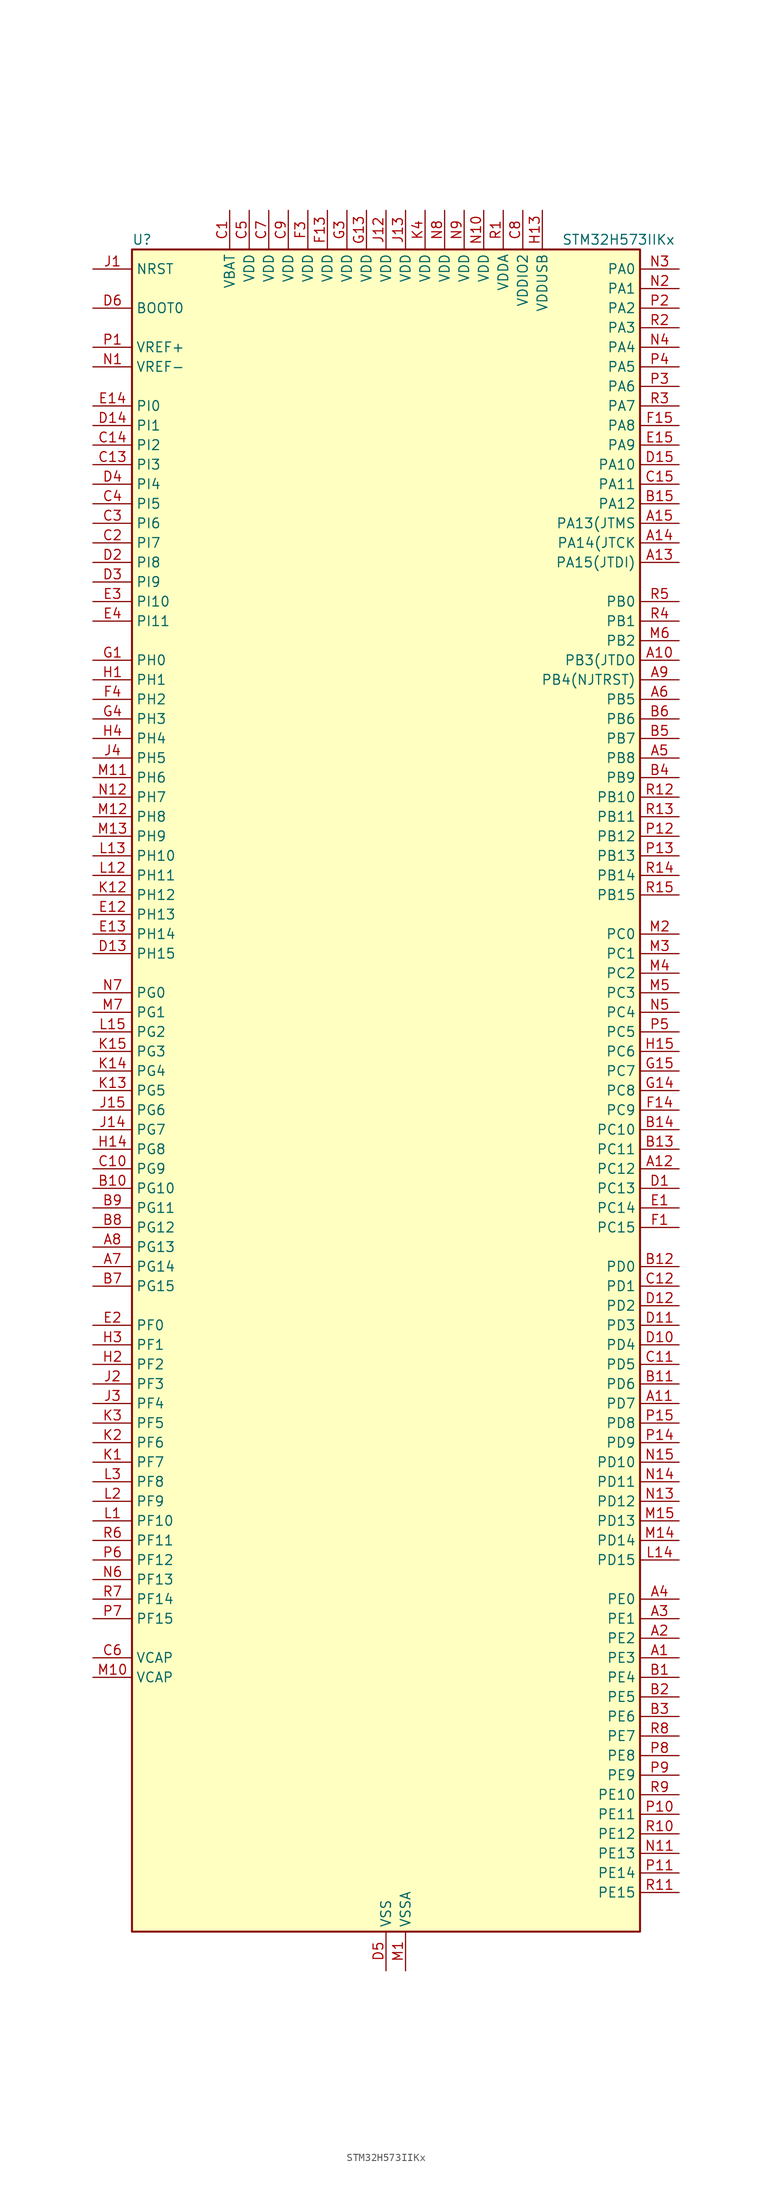
<source format=kicad_sym>
(kicad_symbol_lib
  (version 20231120)
  (generator "kicad-library-utils")
  (generator_version "8.0")
  (symbol "STM32H573IIKx"
    (property "Reference" "U"
      (at -33.02 110.49 0)
      (effects (font (size 1.27 1.27)) (justify left)))
    (property "Value" "STM32H573IIKx"
      (at 22.86 110.49 0)
      (effects (font (size 1.27 1.27)) (justify left)))
    (symbol "STM32H573IIKx_0_1"
      (rectangle (start -33.02 -109.22) (end 33.02 109.22) (stroke (width 0.254) (type default)) (fill (type background))))
    (symbol "STM32H573IIKx_1_1"
      (pin bidirectional line (at 38.1 -73.66 180) (length 5.08) (name "PE3" (effects (font (size 1.27 1.27)))) (number "A1" (effects (font (size 1.27 1.27)))) (alternate "DEBUG_TRACED0" bidirectional line) (alternate "FMC_A19" bidirectional line) (alternate "SAI1_SD_B" bidirectional line) (alternate "TAMP_IN6" bidirectional line) (alternate "TAMP_OUT3" bidirectional line) (alternate "TIM15_BKIN" bidirectional line) (alternate "USART10_TX" bidirectional line))
      (pin bidirectional line (at 38.1 55.88 180) (length 5.08) (name "PB3(JTDO" (effects (font (size 1.27 1.27)))) (number "A10" (effects (font (size 1.27 1.27)))) (alternate "CRS_SYNC" bidirectional line) (alternate "DEBUG_JTDO-SWO" bidirectional line) (alternate "I2C2_SDA" bidirectional line) (alternate "I2S1_CK" bidirectional line) (alternate "I2S3_CK" bidirectional line) (alternate "LPTIM6_ETR" bidirectional line) (alternate "SDMMC2_D2" bidirectional line) (alternate "SPI1_SCK" bidirectional line) (alternate "SPI3_SCK" bidirectional line) (alternate "SPI6_SCK" bidirectional line) (alternate "TIM2_CH2" bidirectional line) (alternate "UART12_CTS" bidirectional line) (alternate "UART7_RX" bidirectional line))
      (pin bidirectional line (at 38.1 -40.64 180) (length 5.08) (name "PD7" (effects (font (size 1.27 1.27)))) (number "A11" (effects (font (size 1.27 1.27)))) (alternate "FMC_NCE" bidirectional line) (alternate "FMC_NE1" bidirectional line) (alternate "I2S1_SDO" bidirectional line) (alternate "LPTIM4_OUT" bidirectional line) (alternate "OCTOSPI1_IO7" bidirectional line) (alternate "SDMMC2_CMD" bidirectional line) (alternate "SPI1_MOSI" bidirectional line) (alternate "USART2_CK" bidirectional line))
      (pin bidirectional line (at 38.1 -10.16 180) (length 5.08) (name "PC12" (effects (font (size 1.27 1.27)))) (number "A12" (effects (font (size 1.27 1.27)))) (alternate "DCMI_D9" bidirectional line) (alternate "DEBUG_TRACED3" bidirectional line) (alternate "I2S3_SDO" bidirectional line) (alternate "PSSI_D9" bidirectional line) (alternate "SDMMC1_CK" bidirectional line) (alternate "SPI3_MOSI" bidirectional line) (alternate "SPI6_SCK" bidirectional line) (alternate "TIM15_CH1" bidirectional line) (alternate "UART5_TX" bidirectional line) (alternate "USART3_CK" bidirectional line))
      (pin bidirectional line (at 38.1 68.58 180) (length 5.08) (name "PA15(JTDI)" (effects (font (size 1.27 1.27)))) (number "A13" (effects (font (size 1.27 1.27)))) (alternate "ADC1_EXTI15" bidirectional line) (alternate "ADC2_EXTI15" bidirectional line) (alternate "CEC" bidirectional line) (alternate "DCMI_D11" bidirectional line) (alternate "DEBUG_JTDI" bidirectional line) (alternate "FMC_NBL1" bidirectional line) (alternate "I2S1_WS" bidirectional line) (alternate "I2S3_WS" bidirectional line) (alternate "LPTIM3_IN2" bidirectional line) (alternate "PSSI_D11" bidirectional line) (alternate "SPI1_NSS" bidirectional line) (alternate "SPI3_NSS" bidirectional line) (alternate "SPI6_NSS" bidirectional line) (alternate "TIM2_CH1" bidirectional line) (alternate "TIM2_ETR" bidirectional line) (alternate "UART4_DE" bidirectional line) (alternate "UART4_RTS" bidirectional line) (alternate "UART7_TX" bidirectional line))
      (pin bidirectional line (at 38.1 71.12 180) (length 5.08) (name "PA14(JTCK" (effects (font (size 1.27 1.27)))) (number "A14" (effects (font (size 1.27 1.27)))) (alternate "DEBUG_JTCK-SWCLK" bidirectional line))
      (pin bidirectional line (at 38.1 73.66 180) (length 5.08) (name "PA13(JTMS" (effects (font (size 1.27 1.27)))) (number "A15" (effects (font (size 1.27 1.27)))) (alternate "DEBUG_JTMS-SWDIO" bidirectional line))
      (pin bidirectional line (at 38.1 -71.12 180) (length 5.08) (name "PE2" (effects (font (size 1.27 1.27)))) (number "A2" (effects (font (size 1.27 1.27)))) (alternate "DCMI_D3" bidirectional line) (alternate "DEBUG_TRACECLK" bidirectional line) (alternate "ETH_TXD3" bidirectional line) (alternate "FMC_A23" bidirectional line) (alternate "LPTIM1_IN2" bidirectional line) (alternate "OCTOSPI1_IO2" bidirectional line) (alternate "PSSI_D3" bidirectional line) (alternate "SAI1_CK1" bidirectional line) (alternate "SAI1_MCLK_A" bidirectional line) (alternate "SPI4_SCK" bidirectional line) (alternate "UART8_TX" bidirectional line) (alternate "USART10_RX" bidirectional line))
      (pin bidirectional line (at 38.1 -68.58 180) (length 5.08) (name "PE1" (effects (font (size 1.27 1.27)))) (number "A3" (effects (font (size 1.27 1.27)))) (alternate "DCMI_D3" bidirectional line) (alternate "FDCAN1_TX" bidirectional line) (alternate "FMC_NBL1" bidirectional line) (alternate "LPTIM1_IN2" bidirectional line) (alternate "PSSI_D3" bidirectional line) (alternate "UART8_TX" bidirectional line))
      (pin bidirectional line (at 38.1 -66.04 180) (length 5.08) (name "PE0" (effects (font (size 1.27 1.27)))) (number "A4" (effects (font (size 1.27 1.27)))) (alternate "DCMI_D2" bidirectional line) (alternate "FDCAN1_RX" bidirectional line) (alternate "FMC_NBL0" bidirectional line) (alternate "LPTIM1_ETR" bidirectional line) (alternate "LPTIM2_CH2" bidirectional line) (alternate "LPTIM2_ETR" bidirectional line) (alternate "PSSI_D2" bidirectional line) (alternate "SAI2_MCLK_A" bidirectional line) (alternate "SPI3_RDY" bidirectional line) (alternate "TIM4_ETR" bidirectional line) (alternate "UART8_RX" bidirectional line))
      (pin bidirectional line (at 38.1 43.18 180) (length 5.08) (name "PB8" (effects (font (size 1.27 1.27)))) (number "A5" (effects (font (size 1.27 1.27)))) (alternate "DCMI_D6" bidirectional line) (alternate "ETH_TXD3" bidirectional line) (alternate "FDCAN1_RX" bidirectional line) (alternate "I2C1_SCL" bidirectional line) (alternate "I2C4_SCL" bidirectional line) (alternate "I3C1_SCL" bidirectional line) (alternate "PSSI_D6" bidirectional line) (alternate "SDMMC1_CKIN" bidirectional line) (alternate "SDMMC1_D4" bidirectional line) (alternate "SDMMC2_D4" bidirectional line) (alternate "SPI4_RDY" bidirectional line) (alternate "TIM16_CH1" bidirectional line) (alternate "TIM4_CH3" bidirectional line) (alternate "UART4_RX" bidirectional line))
      (pin bidirectional line (at 38.1 50.8 180) (length 5.08) (name "PB5" (effects (font (size 1.27 1.27)))) (number "A6" (effects (font (size 1.27 1.27)))) (alternate "DCMI_D10" bidirectional line) (alternate "ETH_PPS_OUT" bidirectional line) (alternate "FDCAN2_RX" bidirectional line) (alternate "FMC_SDCKE1" bidirectional line) (alternate "I2C1_SMBA" bidirectional line) (alternate "I2C4_SMBA" bidirectional line) (alternate "I2S1_SDO" bidirectional line) (alternate "I2S3_SDO" bidirectional line) (alternate "OCTOSPI1_NCLK" bidirectional line) (alternate "PSSI_D10" bidirectional line) (alternate "SPI1_MOSI" bidirectional line) (alternate "SPI3_MOSI" bidirectional line) (alternate "SPI6_MOSI" bidirectional line) (alternate "TIM17_BKIN" bidirectional line) (alternate "TIM3_CH2" bidirectional line) (alternate "UART5_RX" bidirectional line))
      (pin bidirectional line (at -38.1 -22.86 0) (length 5.08) (name "PG14" (effects (font (size 1.27 1.27)))) (number "A7" (effects (font (size 1.27 1.27)))) (alternate "DEBUG_TRACED1" bidirectional line) (alternate "ETH_TXD1" bidirectional line) (alternate "FMC_A25" bidirectional line) (alternate "LPTIM1_CH2" bidirectional line) (alternate "LPTIM1_ETR" bidirectional line) (alternate "LPTIM5_IN1" bidirectional line) (alternate "OCTOSPI1_IO7" bidirectional line) (alternate "SDMMC2_D7" bidirectional line) (alternate "SPI6_MOSI" bidirectional line) (alternate "USART10_RTS" bidirectional line) (alternate "USART6_TX" bidirectional line))
      (pin bidirectional line (at -38.1 -20.32 0) (length 5.08) (name "PG13" (effects (font (size 1.27 1.27)))) (number "A8" (effects (font (size 1.27 1.27)))) (alternate "DEBUG_TRACED0" bidirectional line) (alternate "ETH_TXD0" bidirectional line) (alternate "FMC_A24" bidirectional line) (alternate "LPTIM1_CH1" bidirectional line) (alternate "LPTIM5_CH2" bidirectional line) (alternate "SDMMC2_D6" bidirectional line) (alternate "SPI6_SCK" bidirectional line) (alternate "USART10_CTS" bidirectional line) (alternate "USART10_NSS" bidirectional line) (alternate "USART6_CTS" bidirectional line) (alternate "USART6_NSS" bidirectional line))
      (pin bidirectional line (at 38.1 53.34 180) (length 5.08) (name "PB4(NJTRST)" (effects (font (size 1.27 1.27)))) (number "A9" (effects (font (size 1.27 1.27)))) (alternate "DCMI_D7" bidirectional line) (alternate "DEBUG_JTRST" bidirectional line) (alternate "I2S1_SDI" bidirectional line) (alternate "I2S2_WS" bidirectional line) (alternate "I2S3_SDI" bidirectional line) (alternate "LPTIM1_CH2" bidirectional line) (alternate "OCTOSPI1_CLK" bidirectional line) (alternate "PSSI_D7" bidirectional line) (alternate "SDMMC2_D3" bidirectional line) (alternate "SPI1_MISO" bidirectional line) (alternate "SPI2_NSS" bidirectional line) (alternate "SPI3_MISO" bidirectional line) (alternate "SPI6_MISO" bidirectional line) (alternate "TIM16_BKIN" bidirectional line) (alternate "TIM3_CH1" bidirectional line) (alternate "UART7_TX" bidirectional line))
      (pin bidirectional line (at 38.1 -76.2 180) (length 5.08) (name "PE4" (effects (font (size 1.27 1.27)))) (number "B1" (effects (font (size 1.27 1.27)))) (alternate "DCMI_D4" bidirectional line) (alternate "DEBUG_TRACED1" bidirectional line) (alternate "FMC_A20" bidirectional line) (alternate "PSSI_D4" bidirectional line) (alternate "SAI1_D2" bidirectional line) (alternate "SAI1_FS_A" bidirectional line) (alternate "SPI4_NSS" bidirectional line) (alternate "TAMP_IN7" bidirectional line) (alternate "TAMP_OUT8" bidirectional line) (alternate "TIM15_CH1N" bidirectional line))
      (pin bidirectional line (at -38.1 -12.7 0) (length 5.08) (name "PG10" (effects (font (size 1.27 1.27)))) (number "B10" (effects (font (size 1.27 1.27)))) (alternate "DCMI_D2" bidirectional line) (alternate "FMC_NE3" bidirectional line) (alternate "I2S1_WS" bidirectional line) (alternate "PSSI_D2" bidirectional line) (alternate "SAI2_SD_B" bidirectional line) (alternate "SDMMC2_D1" bidirectional line) (alternate "SPI1_NSS" bidirectional line))
      (pin bidirectional line (at 38.1 -38.1 180) (length 5.08) (name "PD6" (effects (font (size 1.27 1.27)))) (number "B11" (effects (font (size 1.27 1.27)))) (alternate "DCMI_D10" bidirectional line) (alternate "FMC_NWAIT" bidirectional line) (alternate "I2S3_SDO" bidirectional line) (alternate "OCTOSPI1_IO6" bidirectional line) (alternate "PSSI_D10" bidirectional line) (alternate "SAI1_D1" bidirectional line) (alternate "SAI1_SD_A" bidirectional line) (alternate "SDMMC2_CK" bidirectional line) (alternate "SPI3_MOSI" bidirectional line) (alternate "USART2_RX" bidirectional line))
      (pin bidirectional line (at 38.1 -22.86 180) (length 5.08) (name "PD0" (effects (font (size 1.27 1.27)))) (number "B12" (effects (font (size 1.27 1.27)))) (alternate "FDCAN1_RX" bidirectional line) (alternate "FMC_D2" bidirectional line) (alternate "FMC_DA2" bidirectional line) (alternate "TIM8_CH4N" bidirectional line) (alternate "UART4_RX" bidirectional line) (alternate "UART9_CTS" bidirectional line))
      (pin bidirectional line (at 38.1 -7.62 180) (length 5.08) (name "PC11" (effects (font (size 1.27 1.27)))) (number "B13" (effects (font (size 1.27 1.27)))) (alternate "ADC1_EXTI11" bidirectional line) (alternate "ADC2_EXTI11" bidirectional line) (alternate "DCMI_D4" bidirectional line) (alternate "I2S3_SDI" bidirectional line) (alternate "LPTIM3_IN1" bidirectional line) (alternate "OCTOSPI1_NCS" bidirectional line) (alternate "PSSI_D4" bidirectional line) (alternate "SDMMC1_D3" bidirectional line) (alternate "SPI3_MISO" bidirectional line) (alternate "UART4_RX" bidirectional line) (alternate "USART3_RX" bidirectional line))
      (pin bidirectional line (at 38.1 -5.08 180) (length 5.08) (name "PC10" (effects (font (size 1.27 1.27)))) (number "B14" (effects (font (size 1.27 1.27)))) (alternate "DCMI_D8" bidirectional line) (alternate "ETH_TXD0" bidirectional line) (alternate "I2S3_CK" bidirectional line) (alternate "LPTIM3_ETR" bidirectional line) (alternate "OCTOSPI1_IO1" bidirectional line) (alternate "PSSI_D8" bidirectional line) (alternate "SDMMC1_D2" bidirectional line) (alternate "SPI3_SCK" bidirectional line) (alternate "UART4_TX" bidirectional line) (alternate "USART3_TX" bidirectional line))
      (pin bidirectional line (at 38.1 76.2 180) (length 5.08) (name "PA12" (effects (font (size 1.27 1.27)))) (number "B15" (effects (font (size 1.27 1.27)))) (alternate "FDCAN1_TX" bidirectional line) (alternate "I2S2_CK" bidirectional line) (alternate "LPUART1_RTS" bidirectional line) (alternate "SAI2_FS_B" bidirectional line) (alternate "SPI2_SCK" bidirectional line) (alternate "TIM1_ETR" bidirectional line) (alternate "UART4_TX" bidirectional line) (alternate "USART1_RTS" bidirectional line) (alternate "USB_DP" bidirectional line))
      (pin bidirectional line (at 38.1 -78.74 180) (length 5.08) (name "PE5" (effects (font (size 1.27 1.27)))) (number "B2" (effects (font (size 1.27 1.27)))) (alternate "DCMI_D6" bidirectional line) (alternate "DEBUG_TRACED2" bidirectional line) (alternate "FMC_A21" bidirectional line) (alternate "PSSI_D6" bidirectional line) (alternate "SAI1_CK2" bidirectional line) (alternate "SAI1_SCK_A" bidirectional line) (alternate "SPI4_MISO" bidirectional line) (alternate "TAMP_IN8" bidirectional line) (alternate "TAMP_OUT7" bidirectional line) (alternate "TIM15_CH1" bidirectional line))
      (pin bidirectional line (at 38.1 -81.28 180) (length 5.08) (name "PE6" (effects (font (size 1.27 1.27)))) (number "B3" (effects (font (size 1.27 1.27)))) (alternate "DCMI_D7" bidirectional line) (alternate "DEBUG_TRACED3" bidirectional line) (alternate "FMC_A22" bidirectional line) (alternate "PSSI_D7" bidirectional line) (alternate "SAI1_D1" bidirectional line) (alternate "SAI1_SD_A" bidirectional line) (alternate "SAI2_MCLK_B" bidirectional line) (alternate "SPI4_MOSI" bidirectional line) (alternate "TAMP_IN3" bidirectional line) (alternate "TAMP_OUT6" bidirectional line) (alternate "TIM15_CH2" bidirectional line) (alternate "TIM1_BKIN2" bidirectional line))
      (pin bidirectional line (at 38.1 40.64 180) (length 5.08) (name "PB9" (effects (font (size 1.27 1.27)))) (number "B4" (effects (font (size 1.27 1.27)))) (alternate "DAC1_EXTI9" bidirectional line) (alternate "DCMI_D7" bidirectional line) (alternate "FDCAN1_TX" bidirectional line) (alternate "I2C1_SDA" bidirectional line) (alternate "I2C4_SDA" bidirectional line) (alternate "I2S2_WS" bidirectional line) (alternate "I3C1_SDA" bidirectional line) (alternate "PSSI_D7" bidirectional line) (alternate "SDMMC1_CDIR" bidirectional line) (alternate "SDMMC1_D5" bidirectional line) (alternate "SDMMC2_CKIN" bidirectional line) (alternate "SDMMC2_D5" bidirectional line) (alternate "SPI2_NSS" bidirectional line) (alternate "TIM17_CH1" bidirectional line) (alternate "TIM4_CH4" bidirectional line) (alternate "UART4_TX" bidirectional line))
      (pin bidirectional line (at 38.1 45.72 180) (length 5.08) (name "PB7" (effects (font (size 1.27 1.27)))) (number "B5" (effects (font (size 1.27 1.27)))) (alternate "DCMI_VSYNC" bidirectional line) (alternate "FDCAN1_TX" bidirectional line) (alternate "FMC_NL" bidirectional line) (alternate "I2C1_SDA" bidirectional line) (alternate "I2C4_SDA" bidirectional line) (alternate "I3C1_SDA" bidirectional line) (alternate "LPUART1_RX" bidirectional line) (alternate "PSSI_RDY" bidirectional line) (alternate "PWR_WKUP5" bidirectional line) (alternate "SDMMC2_CKIN" bidirectional line) (alternate "SDMMC2_D5" bidirectional line) (alternate "TIM17_CH1N" bidirectional line) (alternate "TIM4_CH2" bidirectional line) (alternate "USART1_RX" bidirectional line))
      (pin bidirectional line (at 38.1 48.26 180) (length 5.08) (name "PB6" (effects (font (size 1.27 1.27)))) (number "B6" (effects (font (size 1.27 1.27)))) (alternate "CEC" bidirectional line) (alternate "DCMI_D5" bidirectional line) (alternate "FDCAN2_TX" bidirectional line) (alternate "FMC_SDNE1" bidirectional line) (alternate "I2C1_SCL" bidirectional line) (alternate "I2C4_SCL" bidirectional line) (alternate "I3C1_SCL" bidirectional line) (alternate "LPUART1_TX" bidirectional line) (alternate "OCTOSPI1_NCS" bidirectional line) (alternate "PSSI_D5" bidirectional line) (alternate "TIM16_CH1N" bidirectional line) (alternate "TIM4_CH1" bidirectional line) (alternate "UART5_TX" bidirectional line) (alternate "USART1_TX" bidirectional line))
      (pin bidirectional line (at -38.1 -25.4 0) (length 5.08) (name "PG15" (effects (font (size 1.27 1.27)))) (number "B7" (effects (font (size 1.27 1.27)))) (alternate "ADC1_EXTI15" bidirectional line) (alternate "ADC2_EXTI15" bidirectional line) (alternate "DCMI_D13" bidirectional line) (alternate "FMC_SDNCAS" bidirectional line) (alternate "PSSI_D13" bidirectional line) (alternate "SPI4_RDY" bidirectional line) (alternate "USART10_CK" bidirectional line) (alternate "USART6_CTS" bidirectional line) (alternate "USART6_NSS" bidirectional line))
      (pin bidirectional line (at -38.1 -17.78 0) (length 5.08) (name "PG12" (effects (font (size 1.27 1.27)))) (number "B8" (effects (font (size 1.27 1.27)))) (alternate "DCMI_D11" bidirectional line) (alternate "ETH_TXD1" bidirectional line) (alternate "FMC_NE4" bidirectional line) (alternate "LPTIM1_IN1" bidirectional line) (alternate "LPTIM5_CH1" bidirectional line) (alternate "PSSI_D11" bidirectional line) (alternate "PSSI_D15" bidirectional line) (alternate "SDMMC2_D3" bidirectional line) (alternate "SPI6_MISO" bidirectional line) (alternate "USART10_TX" bidirectional line) (alternate "USART6_RTS" bidirectional line))
      (pin bidirectional line (at -38.1 -15.24 0) (length 5.08) (name "PG11" (effects (font (size 1.27 1.27)))) (number "B9" (effects (font (size 1.27 1.27)))) (alternate "ADC1_EXTI11" bidirectional line) (alternate "ADC2_EXTI11" bidirectional line) (alternate "DCMI_D3" bidirectional line) (alternate "ETH_TX_EN" bidirectional line) (alternate "I2S1_CK" bidirectional line) (alternate "LPTIM1_IN2" bidirectional line) (alternate "PSSI_D3" bidirectional line) (alternate "SDMMC2_D2" bidirectional line) (alternate "SPI1_SCK" bidirectional line) (alternate "USART10_RX" bidirectional line) (alternate "USART11_RTS" bidirectional line))
      (pin power_in line (at -20.32 114.3 270) (length 5.08) (name "VBAT" (effects (font (size 1.27 1.27)))) (number "C1" (effects (font (size 1.27 1.27)))))
      (pin bidirectional line (at -38.1 -10.16 0) (length 5.08) (name "PG9" (effects (font (size 1.27 1.27)))) (number "C10" (effects (font (size 1.27 1.27)))) (alternate "DAC1_EXTI9" bidirectional line) (alternate "DCMI_VSYNC" bidirectional line) (alternate "FMC_NCE" bidirectional line) (alternate "FMC_NE2" bidirectional line) (alternate "I2S1_SDI" bidirectional line) (alternate "OCTOSPI1_IO6" bidirectional line) (alternate "PSSI_RDY" bidirectional line) (alternate "SAI2_FS_B" bidirectional line) (alternate "SDMMC2_D0" bidirectional line) (alternate "SPI1_MISO" bidirectional line) (alternate "USART6_RX" bidirectional line))
      (pin bidirectional line (at 38.1 -35.56 180) (length 5.08) (name "PD5" (effects (font (size 1.27 1.27)))) (number "C11" (effects (font (size 1.27 1.27)))) (alternate "FDCAN1_TX" bidirectional line) (alternate "FMC_NWE" bidirectional line) (alternate "OCTOSPI1_IO5" bidirectional line) (alternate "SPI2_RDY" bidirectional line) (alternate "TIM1_CH4N" bidirectional line) (alternate "USART2_TX" bidirectional line))
      (pin bidirectional line (at 38.1 -25.4 180) (length 5.08) (name "PD1" (effects (font (size 1.27 1.27)))) (number "C12" (effects (font (size 1.27 1.27)))) (alternate "FDCAN1_TX" bidirectional line) (alternate "FMC_D3" bidirectional line) (alternate "FMC_DA3" bidirectional line) (alternate "UART4_TX" bidirectional line))
      (pin bidirectional line (at -38.1 81.28 0) (length 5.08) (name "PI3" (effects (font (size 1.27 1.27)))) (number "C13" (effects (font (size 1.27 1.27)))) (alternate "DCMI_D10" bidirectional line) (alternate "I2S2_SDO" bidirectional line) (alternate "PSSI_D10" bidirectional line) (alternate "SPI2_MOSI" bidirectional line) (alternate "TIM8_ETR" bidirectional line))
      (pin bidirectional line (at -38.1 83.82 0) (length 5.08) (name "PI2" (effects (font (size 1.27 1.27)))) (number "C14" (effects (font (size 1.27 1.27)))) (alternate "DCMI_D9" bidirectional line) (alternate "I2S2_SDI" bidirectional line) (alternate "PSSI_D9" bidirectional line) (alternate "SPI2_MISO" bidirectional line) (alternate "TIM8_CH4" bidirectional line))
      (pin bidirectional line (at 38.1 78.74 180) (length 5.08) (name "PA11" (effects (font (size 1.27 1.27)))) (number "C15" (effects (font (size 1.27 1.27)))) (alternate "ADC1_EXTI11" bidirectional line) (alternate "ADC2_EXTI11" bidirectional line) (alternate "FDCAN1_RX" bidirectional line) (alternate "I2S2_WS" bidirectional line) (alternate "LPUART1_CTS" bidirectional line) (alternate "SPI2_NSS" bidirectional line) (alternate "TIM1_CH4" bidirectional line) (alternate "UART4_RX" bidirectional line) (alternate "USART1_CTS" bidirectional line) (alternate "USART1_NSS" bidirectional line) (alternate "USB_DM" bidirectional line))
      (pin bidirectional line (at -38.1 71.12 0) (length 5.08) (name "PI7" (effects (font (size 1.27 1.27)))) (number "C2" (effects (font (size 1.27 1.27)))) (alternate "DCMI_D7" bidirectional line) (alternate "PSSI_D7" bidirectional line) (alternate "SAI2_FS_A" bidirectional line) (alternate "TIM8_CH3" bidirectional line))
      (pin bidirectional line (at -38.1 73.66 0) (length 5.08) (name "PI6" (effects (font (size 1.27 1.27)))) (number "C3" (effects (font (size 1.27 1.27)))) (alternate "DCMI_D6" bidirectional line) (alternate "PSSI_D6" bidirectional line) (alternate "SAI2_SD_A" bidirectional line) (alternate "TIM8_CH2" bidirectional line))
      (pin bidirectional line (at -38.1 76.2 0) (length 5.08) (name "PI5" (effects (font (size 1.27 1.27)))) (number "C4" (effects (font (size 1.27 1.27)))) (alternate "DCMI_VSYNC" bidirectional line) (alternate "PSSI_RDY" bidirectional line) (alternate "SAI2_SCK_A" bidirectional line) (alternate "TIM8_CH1" bidirectional line))
      (pin power_in line (at -17.78 114.3 270) (length 5.08) (name "VDD" (effects (font (size 1.27 1.27)))) (number "C5" (effects (font (size 1.27 1.27)))))
      (pin power_out line (at -38.1 -73.66 0) (length 5.08) (name "VCAP" (effects (font (size 1.27 1.27)))) (number "C6" (effects (font (size 1.27 1.27)))))
      (pin power_in line (at -15.24 114.3 270) (length 5.08) (name "VDD" (effects (font (size 1.27 1.27)))) (number "C7" (effects (font (size 1.27 1.27)))))
      (pin power_in line (at 17.78 114.3 270) (length 5.08) (name "VDDIO2" (effects (font (size 1.27 1.27)))) (number "C8" (effects (font (size 1.27 1.27)))))
      (pin power_in line (at -12.7 114.3 270) (length 5.08) (name "VDD" (effects (font (size 1.27 1.27)))) (number "C9" (effects (font (size 1.27 1.27)))))
      (pin bidirectional line (at 38.1 -12.7 180) (length 5.08) (name "PC13" (effects (font (size 1.27 1.27)))) (number "D1" (effects (font (size 1.27 1.27)))) (alternate "PWR_WKUP4" bidirectional line) (alternate "RTC_OUT1" bidirectional line) (alternate "RTC_TS" bidirectional line) (alternate "TAMP_IN1" bidirectional line) (alternate "TAMP_OUT2" bidirectional line) (alternate "TAMP_OUT3" bidirectional line))
      (pin bidirectional line (at 38.1 -33.02 180) (length 5.08) (name "PD4" (effects (font (size 1.27 1.27)))) (number "D10" (effects (font (size 1.27 1.27)))) (alternate "FMC_NOE" bidirectional line) (alternate "OCTOSPI1_IO4" bidirectional line) (alternate "USART2_RTS" bidirectional line))
      (pin bidirectional line (at 38.1 -30.48 180) (length 5.08) (name "PD3" (effects (font (size 1.27 1.27)))) (number "D11" (effects (font (size 1.27 1.27)))) (alternate "DCMI_D5" bidirectional line) (alternate "FMC_CLK" bidirectional line) (alternate "I2S2_CK" bidirectional line) (alternate "PSSI_D5" bidirectional line) (alternate "PWR_WKUP8" bidirectional line) (alternate "SPI2_SCK" bidirectional line) (alternate "USART2_CTS" bidirectional line) (alternate "USART2_NSS" bidirectional line))
      (pin bidirectional line (at 38.1 -27.94 180) (length 5.08) (name "PD2" (effects (font (size 1.27 1.27)))) (number "D12" (effects (font (size 1.27 1.27)))) (alternate "DCMI_D11" bidirectional line) (alternate "DEBUG_TRACED2" bidirectional line) (alternate "LPTIM4_ETR" bidirectional line) (alternate "PSSI_D11" bidirectional line) (alternate "PWR_WKUP7" bidirectional line) (alternate "SDMMC1_CMD" bidirectional line) (alternate "TIM15_BKIN" bidirectional line) (alternate "TIM3_ETR" bidirectional line) (alternate "UART5_RX" bidirectional line))
      (pin bidirectional line (at -38.1 17.78 0) (length 5.08) (name "PH15" (effects (font (size 1.27 1.27)))) (number "D13" (effects (font (size 1.27 1.27)))) (alternate "ADC1_EXTI15" bidirectional line) (alternate "ADC2_EXTI15" bidirectional line) (alternate "DCMI_D11" bidirectional line) (alternate "PSSI_D11" bidirectional line) (alternate "TIM8_CH3N" bidirectional line))
      (pin bidirectional line (at -38.1 86.36 0) (length 5.08) (name "PI1" (effects (font (size 1.27 1.27)))) (number "D14" (effects (font (size 1.27 1.27)))) (alternate "DCMI_D8" bidirectional line) (alternate "I2S2_CK" bidirectional line) (alternate "PSSI_D8" bidirectional line) (alternate "SPI2_SCK" bidirectional line) (alternate "TIM8_BKIN2" bidirectional line))
      (pin bidirectional line (at 38.1 81.28 180) (length 5.08) (name "PA10" (effects (font (size 1.27 1.27)))) (number "D15" (effects (font (size 1.27 1.27)))) (alternate "DCMI_D1" bidirectional line) (alternate "FDCAN2_TX" bidirectional line) (alternate "LPTIM2_IN2" bidirectional line) (alternate "LPUART1_RX" bidirectional line) (alternate "PSSI_D1" bidirectional line) (alternate "SDMMC1_D0" bidirectional line) (alternate "TIM1_CH3" bidirectional line) (alternate "UCPD1_FRSTX" bidirectional line) (alternate "USART1_RX" bidirectional line))
      (pin bidirectional line (at -38.1 68.58 0) (length 5.08) (name "PI8" (effects (font (size 1.27 1.27)))) (number "D2" (effects (font (size 1.27 1.27)))) (alternate "PWR_WKUP3" bidirectional line) (alternate "RTC_OUT2" bidirectional line) (alternate "TAMP_IN2" bidirectional line) (alternate "TAMP_OUT3" bidirectional line))
      (pin bidirectional line (at -38.1 66.04 0) (length 5.08) (name "PI9" (effects (font (size 1.27 1.27)))) (number "D3" (effects (font (size 1.27 1.27)))) (alternate "DAC1_EXTI9" bidirectional line) (alternate "FDCAN1_RX" bidirectional line) (alternate "UART4_RX" bidirectional line))
      (pin bidirectional line (at -38.1 78.74 0) (length 5.08) (name "PI4" (effects (font (size 1.27 1.27)))) (number "D4" (effects (font (size 1.27 1.27)))) (alternate "DCMI_D5" bidirectional line) (alternate "PSSI_D5" bidirectional line) (alternate "SAI2_MCLK_A" bidirectional line) (alternate "SPI2_RDY" bidirectional line) (alternate "TIM8_BKIN" bidirectional line))
      (pin power_in line (at 0 -114.3 90) (length 5.08) (name "VSS" (effects (font (size 1.27 1.27)))) (number "D5" (effects (font (size 1.27 1.27)))))
      (pin input line (at -38.1 101.6 0) (length 5.08) (name "BOOT0" (effects (font (size 1.27 1.27)))) (number "D6" (effects (font (size 1.27 1.27)))))
      (pin passive line (at 0 -114.3 90) (length 5.08) hide (name "VSS" (effects (font (size 1.27 1.27)))) (number "D7" (effects (font (size 1.27 1.27)))))
      (pin passive line (at 0 -114.3 90) (length 5.08) hide (name "VSS" (effects (font (size 1.27 1.27)))) (number "D8" (effects (font (size 1.27 1.27)))))
      (pin passive line (at 0 -114.3 90) (length 5.08) hide (name "VSS" (effects (font (size 1.27 1.27)))) (number "D9" (effects (font (size 1.27 1.27)))))
      (pin bidirectional line (at 38.1 -15.24 180) (length 5.08) (name "PC14" (effects (font (size 1.27 1.27)))) (number "E1" (effects (font (size 1.27 1.27)))) (alternate "RCC_OSC32_IN" bidirectional line))
      (pin bidirectional line (at -38.1 22.86 0) (length 5.08) (name "PH13" (effects (font (size 1.27 1.27)))) (number "E12" (effects (font (size 1.27 1.27)))) (alternate "DCMI_D3" bidirectional line) (alternate "FDCAN1_TX" bidirectional line) (alternate "LPTIM1_IN2" bidirectional line) (alternate "PSSI_D3" bidirectional line) (alternate "TIM8_CH1N" bidirectional line) (alternate "UART4_TX" bidirectional line) (alternate "UART8_TX" bidirectional line))
      (pin bidirectional line (at -38.1 20.32 0) (length 5.08) (name "PH14" (effects (font (size 1.27 1.27)))) (number "E13" (effects (font (size 1.27 1.27)))) (alternate "DCMI_D4" bidirectional line) (alternate "FDCAN1_RX" bidirectional line) (alternate "PSSI_D4" bidirectional line) (alternate "TIM8_CH2N" bidirectional line) (alternate "UART4_RX" bidirectional line))
      (pin bidirectional line (at -38.1 88.9 0) (length 5.08) (name "PI0" (effects (font (size 1.27 1.27)))) (number "E14" (effects (font (size 1.27 1.27)))) (alternate "DCMI_D13" bidirectional line) (alternate "I2S2_WS" bidirectional line) (alternate "PSSI_D13" bidirectional line) (alternate "SPI2_NSS" bidirectional line) (alternate "TIM5_CH4" bidirectional line))
      (pin bidirectional line (at 38.1 83.82 180) (length 5.08) (name "PA9" (effects (font (size 1.27 1.27)))) (number "E15" (effects (font (size 1.27 1.27)))) (alternate "DAC1_EXTI9" bidirectional line) (alternate "DCMI_D0" bidirectional line) (alternate "ETH_TX_ER" bidirectional line) (alternate "FMC_NWE" bidirectional line) (alternate "I2C3_SMBA" bidirectional line) (alternate "I2S2_CK" bidirectional line) (alternate "LPUART1_TX" bidirectional line) (alternate "PSSI_D0" bidirectional line) (alternate "SPI2_SCK" bidirectional line) (alternate "TIM1_CH2" bidirectional line) (alternate "UCPD1_DB1" bidirectional line) (alternate "USART1_TX" bidirectional line))
      (pin bidirectional line (at -38.1 -30.48 0) (length 5.08) (name "PF0" (effects (font (size 1.27 1.27)))) (number "E2" (effects (font (size 1.27 1.27)))) (alternate "FMC_A0" bidirectional line) (alternate "I2C2_SDA" bidirectional line) (alternate "LPTIM5_CH1" bidirectional line))
      (pin bidirectional line (at -38.1 63.5 0) (length 5.08) (name "PI10" (effects (font (size 1.27 1.27)))) (number "E3" (effects (font (size 1.27 1.27)))) (alternate "ETH_RX_ER" bidirectional line) (alternate "FDCAN1_RX" bidirectional line) (alternate "PSSI_D14" bidirectional line))
      (pin bidirectional line (at -38.1 60.96 0) (length 5.08) (name "PI11" (effects (font (size 1.27 1.27)))) (number "E4" (effects (font (size 1.27 1.27)))) (alternate "ADC1_EXTI11" bidirectional line) (alternate "ADC2_EXTI11" bidirectional line) (alternate "PSSI_D15" bidirectional line) (alternate "TAMP_IN4" bidirectional line) (alternate "TAMP_OUT5" bidirectional line))
      (pin bidirectional line (at 38.1 -17.78 180) (length 5.08) (name "PC15" (effects (font (size 1.27 1.27)))) (number "F1" (effects (font (size 1.27 1.27)))) (alternate "ADC1_EXTI15" bidirectional line) (alternate "ADC2_EXTI15" bidirectional line) (alternate "RCC_OSC32_OUT" bidirectional line))
      (pin passive line (at 0 -114.3 90) (length 5.08) hide (name "VSS" (effects (font (size 1.27 1.27)))) (number "F10" (effects (font (size 1.27 1.27)))))
      (pin passive line (at 0 -114.3 90) (length 5.08) hide (name "VSS" (effects (font (size 1.27 1.27)))) (number "F12" (effects (font (size 1.27 1.27)))))
      (pin power_in line (at -7.62 114.3 270) (length 5.08) (name "VDD" (effects (font (size 1.27 1.27)))) (number "F13" (effects (font (size 1.27 1.27)))))
      (pin bidirectional line (at 38.1 -2.54 180) (length 5.08) (name "PC9" (effects (font (size 1.27 1.27)))) (number "F14" (effects (font (size 1.27 1.27)))) (alternate "AUDIOCLK" bidirectional line) (alternate "DAC1_EXTI9" bidirectional line) (alternate "DCMI_D3" bidirectional line) (alternate "FMC_CLE" bidirectional line) (alternate "I2C3_SDA" bidirectional line) (alternate "OCTOSPI1_IO0" bidirectional line) (alternate "PSSI_D3" bidirectional line) (alternate "RCC_MCO_2" bidirectional line) (alternate "SDMMC1_D1" bidirectional line) (alternate "TIM3_CH4" bidirectional line) (alternate "TIM8_CH4" bidirectional line) (alternate "UART5_CTS" bidirectional line) (alternate "UCPD1_DB2" bidirectional line))
      (pin bidirectional line (at 38.1 86.36 180) (length 5.08) (name "PA8" (effects (font (size 1.27 1.27)))) (number "F15" (effects (font (size 1.27 1.27)))) (alternate "DCMI_D3" bidirectional line) (alternate "FMC_NOE" bidirectional line) (alternate "I2C3_SCL" bidirectional line) (alternate "PSSI_D3" bidirectional line) (alternate "RCC_MCO_1" bidirectional line) (alternate "SPI1_RDY" bidirectional line) (alternate "TIM1_CH1" bidirectional line) (alternate "TIM8_BKIN2" bidirectional line) (alternate "UART7_RX" bidirectional line) (alternate "USART1_CK" bidirectional line) (alternate "USB_SOF" bidirectional line))
      (pin passive line (at 0 -114.3 90) (length 5.08) hide (name "VSS" (effects (font (size 1.27 1.27)))) (number "F2" (effects (font (size 1.27 1.27)))))
      (pin power_in line (at -10.16 114.3 270) (length 5.08) (name "VDD" (effects (font (size 1.27 1.27)))) (number "F3" (effects (font (size 1.27 1.27)))))
      (pin bidirectional line (at -38.1 50.8 0) (length 5.08) (name "PH2" (effects (font (size 1.27 1.27)))) (number "F4" (effects (font (size 1.27 1.27)))) (alternate "ETH_CRS" bidirectional line) (alternate "FMC_SDCKE0" bidirectional line) (alternate "LPTIM1_IN2" bidirectional line) (alternate "OCTOSPI1_IO4" bidirectional line) (alternate "SAI2_SCK_B" bidirectional line))
      (pin passive line (at 0 -114.3 90) (length 5.08) hide (name "VSS" (effects (font (size 1.27 1.27)))) (number "F6" (effects (font (size 1.27 1.27)))))
      (pin passive line (at 0 -114.3 90) (length 5.08) hide (name "VSS" (effects (font (size 1.27 1.27)))) (number "F7" (effects (font (size 1.27 1.27)))))
      (pin passive line (at 0 -114.3 90) (length 5.08) hide (name "VSS" (effects (font (size 1.27 1.27)))) (number "F8" (effects (font (size 1.27 1.27)))))
      (pin passive line (at 0 -114.3 90) (length 5.08) hide (name "VSS" (effects (font (size 1.27 1.27)))) (number "F9" (effects (font (size 1.27 1.27)))))
      (pin bidirectional line (at -38.1 55.88 0) (length 5.08) (name "PH0" (effects (font (size 1.27 1.27)))) (number "G1" (effects (font (size 1.27 1.27)))) (alternate "RCC_OSC_IN" bidirectional line))
      (pin passive line (at 0 -114.3 90) (length 5.08) hide (name "VSS" (effects (font (size 1.27 1.27)))) (number "G10" (effects (font (size 1.27 1.27)))))
      (pin passive line (at 0 -114.3 90) (length 5.08) hide (name "VSS" (effects (font (size 1.27 1.27)))) (number "G12" (effects (font (size 1.27 1.27)))))
      (pin power_in line (at -2.54 114.3 270) (length 5.08) (name "VDD" (effects (font (size 1.27 1.27)))) (number "G13" (effects (font (size 1.27 1.27)))))
      (pin bidirectional line (at 38.1 0 180) (length 5.08) (name "PC8" (effects (font (size 1.27 1.27)))) (number "G14" (effects (font (size 1.27 1.27)))) (alternate "DCMI_D2" bidirectional line) (alternate "DEBUG_TRACED1" bidirectional line) (alternate "FMC_ALE" bidirectional line) (alternate "FMC_INT" bidirectional line) (alternate "FMC_NCE" bidirectional line) (alternate "FMC_NE2" bidirectional line) (alternate "PSSI_D2" bidirectional line) (alternate "SDMMC1_D0" bidirectional line) (alternate "TIM3_CH3" bidirectional line) (alternate "TIM8_CH3" bidirectional line) (alternate "UART5_DE" bidirectional line) (alternate "UART5_RTS" bidirectional line) (alternate "USART6_CK" bidirectional line))
      (pin bidirectional line (at 38.1 2.54 180) (length 5.08) (name "PC7" (effects (font (size 1.27 1.27)))) (number "G15" (effects (font (size 1.27 1.27)))) (alternate "DCMI_D1" bidirectional line) (alternate "DEBUG_TRGIO" bidirectional line) (alternate "FMC_NE1" bidirectional line) (alternate "I2S3_MCK" bidirectional line) (alternate "OCTOSPI1_IO6" bidirectional line) (alternate "PSSI_D1" bidirectional line) (alternate "SDMMC1_D123DIR" bidirectional line) (alternate "SDMMC1_D7" bidirectional line) (alternate "SDMMC2_D7" bidirectional line) (alternate "TIM3_CH2" bidirectional line) (alternate "TIM8_CH2" bidirectional line) (alternate "USART6_RX" bidirectional line))
      (pin passive line (at 0 -114.3 90) (length 5.08) hide (name "VSS" (effects (font (size 1.27 1.27)))) (number "G2" (effects (font (size 1.27 1.27)))))
      (pin power_in line (at -5.08 114.3 270) (length 5.08) (name "VDD" (effects (font (size 1.27 1.27)))) (number "G3" (effects (font (size 1.27 1.27)))))
      (pin bidirectional line (at -38.1 48.26 0) (length 5.08) (name "PH3" (effects (font (size 1.27 1.27)))) (number "G4" (effects (font (size 1.27 1.27)))) (alternate "ETH_COL" bidirectional line) (alternate "FMC_SDNE0" bidirectional line) (alternate "OCTOSPI1_IO5" bidirectional line) (alternate "SAI2_MCLK_B" bidirectional line))
      (pin passive line (at 0 -114.3 90) (length 5.08) hide (name "VSS" (effects (font (size 1.27 1.27)))) (number "G6" (effects (font (size 1.27 1.27)))))
      (pin passive line (at 0 -114.3 90) (length 5.08) hide (name "VSS" (effects (font (size 1.27 1.27)))) (number "G7" (effects (font (size 1.27 1.27)))))
      (pin passive line (at 0 -114.3 90) (length 5.08) hide (name "VSS" (effects (font (size 1.27 1.27)))) (number "G8" (effects (font (size 1.27 1.27)))))
      (pin passive line (at 0 -114.3 90) (length 5.08) hide (name "VSS" (effects (font (size 1.27 1.27)))) (number "G9" (effects (font (size 1.27 1.27)))))
      (pin bidirectional line (at -38.1 53.34 0) (length 5.08) (name "PH1" (effects (font (size 1.27 1.27)))) (number "H1" (effects (font (size 1.27 1.27)))) (alternate "RCC_OSC_OUT" bidirectional line))
      (pin passive line (at 0 -114.3 90) (length 5.08) hide (name "VSS" (effects (font (size 1.27 1.27)))) (number "H10" (effects (font (size 1.27 1.27)))))
      (pin passive line (at 0 -114.3 90) (length 5.08) hide (name "VSS" (effects (font (size 1.27 1.27)))) (number "H12" (effects (font (size 1.27 1.27)))))
      (pin power_in line (at 20.32 114.3 270) (length 5.08) (name "VDDUSB" (effects (font (size 1.27 1.27)))) (number "H13" (effects (font (size 1.27 1.27)))))
      (pin bidirectional line (at -38.1 -7.62 0) (length 5.08) (name "PG8" (effects (font (size 1.27 1.27)))) (number "H14" (effects (font (size 1.27 1.27)))) (alternate "ETH_PPS_OUT" bidirectional line) (alternate "FMC_SDCLK" bidirectional line) (alternate "SPI6_NSS" bidirectional line) (alternate "TIM8_ETR" bidirectional line) (alternate "USART6_RTS" bidirectional line))
      (pin bidirectional line (at 38.1 5.08 180) (length 5.08) (name "PC6" (effects (font (size 1.27 1.27)))) (number "H15" (effects (font (size 1.27 1.27)))) (alternate "DCMI_D0" bidirectional line) (alternate "FMC_NWAIT" bidirectional line) (alternate "I2S2_MCK" bidirectional line) (alternate "OCTOSPI1_IO5" bidirectional line) (alternate "PSSI_D0" bidirectional line) (alternate "SAI1_SCK_A" bidirectional line) (alternate "SDMMC1_D0DIR" bidirectional line) (alternate "SDMMC1_D6" bidirectional line) (alternate "SDMMC2_D6" bidirectional line) (alternate "TIM3_CH1" bidirectional line) (alternate "TIM8_CH1" bidirectional line) (alternate "USART6_TX" bidirectional line))
      (pin bidirectional line (at -38.1 -35.56 0) (length 5.08) (name "PF2" (effects (font (size 1.27 1.27)))) (number "H2" (effects (font (size 1.27 1.27)))) (alternate "FMC_A2" bidirectional line) (alternate "I2C2_SMBA" bidirectional line) (alternate "LPTIM3_CH2" bidirectional line) (alternate "LPTIM3_IN2" bidirectional line) (alternate "LPTIM5_IN1" bidirectional line) (alternate "UART12_TX" bidirectional line) (alternate "USART11_CK" bidirectional line))
      (pin bidirectional line (at -38.1 -33.02 0) (length 5.08) (name "PF1" (effects (font (size 1.27 1.27)))) (number "H3" (effects (font (size 1.27 1.27)))) (alternate "FMC_A1" bidirectional line) (alternate "I2C2_SCL" bidirectional line) (alternate "LPTIM5_CH2" bidirectional line))
      (pin bidirectional line (at -38.1 45.72 0) (length 5.08) (name "PH4" (effects (font (size 1.27 1.27)))) (number "H4" (effects (font (size 1.27 1.27)))) (alternate "I2C2_SCL" bidirectional line) (alternate "PSSI_D14" bidirectional line) (alternate "SPI5_RDY" bidirectional line) (alternate "SPI6_RDY" bidirectional line))
      (pin passive line (at 0 -114.3 90) (length 5.08) hide (name "VSS" (effects (font (size 1.27 1.27)))) (number "H6" (effects (font (size 1.27 1.27)))))
      (pin passive line (at 0 -114.3 90) (length 5.08) hide (name "VSS" (effects (font (size 1.27 1.27)))) (number "H7" (effects (font (size 1.27 1.27)))))
      (pin passive line (at 0 -114.3 90) (length 5.08) hide (name "VSS" (effects (font (size 1.27 1.27)))) (number "H8" (effects (font (size 1.27 1.27)))))
      (pin passive line (at 0 -114.3 90) (length 5.08) hide (name "VSS" (effects (font (size 1.27 1.27)))) (number "H9" (effects (font (size 1.27 1.27)))))
      (pin input line (at -38.1 106.68 0) (length 5.08) (name "NRST" (effects (font (size 1.27 1.27)))) (number "J1" (effects (font (size 1.27 1.27)))))
      (pin passive line (at 0 -114.3 90) (length 5.08) hide (name "VSS" (effects (font (size 1.27 1.27)))) (number "J10" (effects (font (size 1.27 1.27)))))
      (pin power_in line (at 0 114.3 270) (length 5.08) (name "VDD" (effects (font (size 1.27 1.27)))) (number "J12" (effects (font (size 1.27 1.27)))))
      (pin power_in line (at 2.54 114.3 270) (length 5.08) (name "VDD" (effects (font (size 1.27 1.27)))) (number "J13" (effects (font (size 1.27 1.27)))))
      (pin bidirectional line (at -38.1 -5.08 0) (length 5.08) (name "PG7" (effects (font (size 1.27 1.27)))) (number "J14" (effects (font (size 1.27 1.27)))) (alternate "DCMI_D13" bidirectional line) (alternate "FMC_INT" bidirectional line) (alternate "I2C4_SCL" bidirectional line) (alternate "I3C1_SCL" bidirectional line) (alternate "PSSI_D13" bidirectional line) (alternate "SAI1_CK2" bidirectional line) (alternate "SAI1_MCLK_A" bidirectional line) (alternate "UCPD1_FRSTX" bidirectional line) (alternate "USART6_CK" bidirectional line))
      (pin bidirectional line (at -38.1 -2.54 0) (length 5.08) (name "PG6" (effects (font (size 1.27 1.27)))) (number "J15" (effects (font (size 1.27 1.27)))) (alternate "DCMI_D12" bidirectional line) (alternate "FMC_NE3" bidirectional line) (alternate "I2C4_SDA" bidirectional line) (alternate "I3C1_SDA" bidirectional line) (alternate "OCTOSPI1_NCS" bidirectional line) (alternate "PSSI_D12" bidirectional line) (alternate "SPI1_RDY" bidirectional line) (alternate "TIM17_BKIN" bidirectional line) (alternate "UCPD1_FRSTX" bidirectional line))
      (pin bidirectional line (at -38.1 -38.1 0) (length 5.08) (name "PF3" (effects (font (size 1.27 1.27)))) (number "J2" (effects (font (size 1.27 1.27)))) (alternate "FMC_A3" bidirectional line) (alternate "LPTIM3_IN1" bidirectional line) (alternate "LPTIM5_IN2" bidirectional line) (alternate "USART11_TX" bidirectional line))
      (pin bidirectional line (at -38.1 -40.64 0) (length 5.08) (name "PF4" (effects (font (size 1.27 1.27)))) (number "J3" (effects (font (size 1.27 1.27)))) (alternate "FMC_A4" bidirectional line) (alternate "LPTIM3_ETR" bidirectional line) (alternate "USART11_RX" bidirectional line))
      (pin bidirectional line (at -38.1 43.18 0) (length 5.08) (name "PH5" (effects (font (size 1.27 1.27)))) (number "J4" (effects (font (size 1.27 1.27)))) (alternate "FMC_SDNWE" bidirectional line) (alternate "I2C2_SDA" bidirectional line) (alternate "SPI5_NSS" bidirectional line) (alternate "SPI6_RDY" bidirectional line))
      (pin passive line (at 0 -114.3 90) (length 5.08) hide (name "VSS" (effects (font (size 1.27 1.27)))) (number "J6" (effects (font (size 1.27 1.27)))))
      (pin passive line (at 0 -114.3 90) (length 5.08) hide (name "VSS" (effects (font (size 1.27 1.27)))) (number "J7" (effects (font (size 1.27 1.27)))))
      (pin passive line (at 0 -114.3 90) (length 5.08) hide (name "VSS" (effects (font (size 1.27 1.27)))) (number "J8" (effects (font (size 1.27 1.27)))))
      (pin passive line (at 0 -114.3 90) (length 5.08) hide (name "VSS" (effects (font (size 1.27 1.27)))) (number "J9" (effects (font (size 1.27 1.27)))))
      (pin bidirectional line (at -38.1 -48.26 0) (length 5.08) (name "PF7" (effects (font (size 1.27 1.27)))) (number "K1" (effects (font (size 1.27 1.27)))) (alternate "LPTIM5_CH2" bidirectional line) (alternate "OCTOSPI1_IO2" bidirectional line) (alternate "SAI1_MCLK_B" bidirectional line) (alternate "SPI5_SCK" bidirectional line) (alternate "TIM17_CH1" bidirectional line) (alternate "UART7_TX" bidirectional line))
      (pin passive line (at 0 -114.3 90) (length 5.08) hide (name "VSS" (effects (font (size 1.27 1.27)))) (number "K10" (effects (font (size 1.27 1.27)))))
      (pin bidirectional line (at -38.1 25.4 0) (length 5.08) (name "PH12" (effects (font (size 1.27 1.27)))) (number "K12" (effects (font (size 1.27 1.27)))) (alternate "DCMI_D3" bidirectional line) (alternate "I2C4_SDA" bidirectional line) (alternate "I3C1_SDA" bidirectional line) (alternate "PSSI_D3" bidirectional line) (alternate "TIM1_BKIN" bidirectional line) (alternate "TIM5_CH3" bidirectional line) (alternate "TIM8_BKIN" bidirectional line) (alternate "TIM8_CH4N" bidirectional line))
      (pin bidirectional line (at -38.1 0 0) (length 5.08) (name "PG5" (effects (font (size 1.27 1.27)))) (number "K13" (effects (font (size 1.27 1.27)))) (alternate "FMC_A15" bidirectional line) (alternate "FMC_BA1" bidirectional line) (alternate "TIM1_ETR" bidirectional line))
      (pin bidirectional line (at -38.1 2.54 0) (length 5.08) (name "PG4" (effects (font (size 1.27 1.27)))) (number "K14" (effects (font (size 1.27 1.27)))) (alternate "FMC_A14" bidirectional line) (alternate "FMC_BA0" bidirectional line) (alternate "LPTIM4_ETR" bidirectional line) (alternate "TIM1_BKIN2" bidirectional line))
      (pin bidirectional line (at -38.1 5.08 0) (length 5.08) (name "PG3" (effects (font (size 1.27 1.27)))) (number "K15" (effects (font (size 1.27 1.27)))) (alternate "FMC_A13" bidirectional line) (alternate "LPTIM5_ETR" bidirectional line) (alternate "TIM8_BKIN2" bidirectional line) (alternate "UART12_TX" bidirectional line))
      (pin bidirectional line (at -38.1 -45.72 0) (length 5.08) (name "PF6" (effects (font (size 1.27 1.27)))) (number "K2" (effects (font (size 1.27 1.27)))) (alternate "LPTIM5_CH1" bidirectional line) (alternate "OCTOSPI1_IO3" bidirectional line) (alternate "SAI1_SD_B" bidirectional line) (alternate "SPI5_NSS" bidirectional line) (alternate "TIM16_CH1" bidirectional line) (alternate "UART7_RX" bidirectional line))
      (pin bidirectional line (at -38.1 -43.18 0) (length 5.08) (name "PF5" (effects (font (size 1.27 1.27)))) (number "K3" (effects (font (size 1.27 1.27)))) (alternate "FMC_A5" bidirectional line) (alternate "I2C4_SCL" bidirectional line) (alternate "I3C1_SCL" bidirectional line) (alternate "LPTIM3_CH1" bidirectional line) (alternate "LPTIM3_IN1" bidirectional line) (alternate "UART12_RX" bidirectional line) (alternate "USART11_CTS" bidirectional line) (alternate "USART11_NSS" bidirectional line))
      (pin power_in line (at 5.08 114.3 270) (length 5.08) (name "VDD" (effects (font (size 1.27 1.27)))) (number "K4" (effects (font (size 1.27 1.27)))))
      (pin passive line (at 0 -114.3 90) (length 5.08) hide (name "VSS" (effects (font (size 1.27 1.27)))) (number "K6" (effects (font (size 1.27 1.27)))))
      (pin passive line (at 0 -114.3 90) (length 5.08) hide (name "VSS" (effects (font (size 1.27 1.27)))) (number "K7" (effects (font (size 1.27 1.27)))))
      (pin passive line (at 0 -114.3 90) (length 5.08) hide (name "VSS" (effects (font (size 1.27 1.27)))) (number "K8" (effects (font (size 1.27 1.27)))))
      (pin passive line (at 0 -114.3 90) (length 5.08) hide (name "VSS" (effects (font (size 1.27 1.27)))) (number "K9" (effects (font (size 1.27 1.27)))))
      (pin bidirectional line (at -38.1 -55.88 0) (length 5.08) (name "PF10" (effects (font (size 1.27 1.27)))) (number "L1" (effects (font (size 1.27 1.27)))) (alternate "DCMI_D11" bidirectional line) (alternate "OCTOSPI1_CLK" bidirectional line) (alternate "PSSI_D11" bidirectional line) (alternate "PSSI_D15" bidirectional line) (alternate "SAI1_D3" bidirectional line) (alternate "TIM16_BKIN" bidirectional line))
      (pin bidirectional line (at -38.1 27.94 0) (length 5.08) (name "PH11" (effects (font (size 1.27 1.27)))) (number "L12" (effects (font (size 1.27 1.27)))) (alternate "ADC1_EXTI11" bidirectional line) (alternate "ADC2_EXTI11" bidirectional line) (alternate "DCMI_D2" bidirectional line) (alternate "I2C4_SCL" bidirectional line) (alternate "I3C1_SCL" bidirectional line) (alternate "PSSI_D2" bidirectional line) (alternate "TIM1_CH1" bidirectional line) (alternate "TIM5_CH2" bidirectional line) (alternate "TIM8_CH3N" bidirectional line))
      (pin bidirectional line (at -38.1 30.48 0) (length 5.08) (name "PH10" (effects (font (size 1.27 1.27)))) (number "L13" (effects (font (size 1.27 1.27)))) (alternate "DCMI_D1" bidirectional line) (alternate "I2C4_SMBA" bidirectional line) (alternate "PSSI_D1" bidirectional line) (alternate "SPI5_RDY" bidirectional line) (alternate "TIM1_CH1N" bidirectional line) (alternate "TIM5_CH1" bidirectional line) (alternate "TIM8_CH3" bidirectional line))
      (pin bidirectional line (at 38.1 -60.96 180) (length 5.08) (name "PD15" (effects (font (size 1.27 1.27)))) (number "L14" (effects (font (size 1.27 1.27)))) (alternate "ADC1_EXTI15" bidirectional line) (alternate "ADC2_EXTI15" bidirectional line) (alternate "FMC_D1" bidirectional line) (alternate "FMC_DA1" bidirectional line) (alternate "TIM4_CH4" bidirectional line) (alternate "UART8_RTS" bidirectional line) (alternate "UART9_TX" bidirectional line))
      (pin bidirectional line (at -38.1 7.62 0) (length 5.08) (name "PG2" (effects (font (size 1.27 1.27)))) (number "L15" (effects (font (size 1.27 1.27)))) (alternate "FMC_A12" bidirectional line) (alternate "LPTIM6_ETR" bidirectional line) (alternate "TIM8_BKIN" bidirectional line) (alternate "UART12_RX" bidirectional line))
      (pin bidirectional line (at -38.1 -53.34 0) (length 5.08) (name "PF9" (effects (font (size 1.27 1.27)))) (number "L2" (effects (font (size 1.27 1.27)))) (alternate "DAC1_EXTI9" bidirectional line) (alternate "LPTIM5_IN2" bidirectional line) (alternate "OCTOSPI1_IO1" bidirectional line) (alternate "SAI1_FS_B" bidirectional line) (alternate "SPI5_MOSI" bidirectional line) (alternate "TIM14_CH1" bidirectional line) (alternate "TIM17_CH1N" bidirectional line) (alternate "UART7_CTS" bidirectional line))
      (pin bidirectional line (at -38.1 -50.8 0) (length 5.08) (name "PF8" (effects (font (size 1.27 1.27)))) (number "L3" (effects (font (size 1.27 1.27)))) (alternate "LPTIM5_IN1" bidirectional line) (alternate "OCTOSPI1_IO0" bidirectional line) (alternate "SAI1_SCK_B" bidirectional line) (alternate "SPI5_MISO" bidirectional line) (alternate "TIM13_CH1" bidirectional line) (alternate "TIM16_CH1N" bidirectional line) (alternate "UART7_RTS" bidirectional line))
      (pin passive line (at 0 -114.3 90) (length 5.08) hide (name "VSS" (effects (font (size 1.27 1.27)))) (number "L4" (effects (font (size 1.27 1.27)))))
      (pin power_in line (at 2.54 -114.3 90) (length 5.08) (name "VSSA" (effects (font (size 1.27 1.27)))) (number "M1" (effects (font (size 1.27 1.27)))))
      (pin power_out line (at -38.1 -76.2 0) (length 5.08) (name "VCAP" (effects (font (size 1.27 1.27)))) (number "M10" (effects (font (size 1.27 1.27)))))
      (pin bidirectional line (at -38.1 40.64 0) (length 5.08) (name "PH6" (effects (font (size 1.27 1.27)))) (number "M11" (effects (font (size 1.27 1.27)))) (alternate "DCMI_D8" bidirectional line) (alternate "ETH_RXD2" bidirectional line) (alternate "FMC_SDNE1" bidirectional line) (alternate "I2C2_SMBA" bidirectional line) (alternate "PSSI_D8" bidirectional line) (alternate "SPI5_SCK" bidirectional line) (alternate "TIM12_CH1" bidirectional line) (alternate "TIM1_CH3N" bidirectional line) (alternate "TIM8_CH1" bidirectional line))
      (pin bidirectional line (at -38.1 35.56 0) (length 5.08) (name "PH8" (effects (font (size 1.27 1.27)))) (number "M12" (effects (font (size 1.27 1.27)))) (alternate "DCMI_HSYNC" bidirectional line) (alternate "I2C3_SDA" bidirectional line) (alternate "PSSI_DE" bidirectional line) (alternate "SPI5_MOSI" bidirectional line) (alternate "TIM1_CH2N" bidirectional line) (alternate "TIM5_ETR" bidirectional line) (alternate "TIM8_CH2" bidirectional line))
      (pin bidirectional line (at -38.1 33.02 0) (length 5.08) (name "PH9" (effects (font (size 1.27 1.27)))) (number "M13" (effects (font (size 1.27 1.27)))) (alternate "DAC1_EXTI9" bidirectional line) (alternate "DCMI_D0" bidirectional line) (alternate "I2C3_SMBA" bidirectional line) (alternate "PSSI_D0" bidirectional line) (alternate "SPI5_NSS" bidirectional line) (alternate "TIM12_CH2" bidirectional line) (alternate "TIM1_CH2" bidirectional line) (alternate "TIM8_CH2N" bidirectional line))
      (pin bidirectional line (at 38.1 -58.42 180) (length 5.08) (name "PD14" (effects (font (size 1.27 1.27)))) (number "M14" (effects (font (size 1.27 1.27)))) (alternate "FMC_D0" bidirectional line) (alternate "FMC_DA0" bidirectional line) (alternate "TIM4_CH3" bidirectional line) (alternate "UART8_CTS" bidirectional line) (alternate "UART9_RX" bidirectional line))
      (pin bidirectional line (at 38.1 -55.88 180) (length 5.08) (name "PD13" (effects (font (size 1.27 1.27)))) (number "M15" (effects (font (size 1.27 1.27)))) (alternate "DCMI_D13" bidirectional line) (alternate "FMC_A18" bidirectional line) (alternate "I2C4_SDA" bidirectional line) (alternate "I3C1_SDA" bidirectional line) (alternate "LPTIM1_CH1" bidirectional line) (alternate "LPTIM2_CH1" bidirectional line) (alternate "LPTIM4_IN1" bidirectional line) (alternate "OCTOSPI1_IO3" bidirectional line) (alternate "PSSI_D13" bidirectional line) (alternate "SAI2_SCK_A" bidirectional line) (alternate "TIM4_CH2" bidirectional line) (alternate "UART9_RTS" bidirectional line))
      (pin bidirectional line (at 38.1 20.32 180) (length 5.08) (name "PC0" (effects (font (size 1.27 1.27)))) (number "M2" (effects (font (size 1.27 1.27)))) (alternate "ADC1_INP10" bidirectional line) (alternate "ADC2_INP10" bidirectional line) (alternate "FMC_A25" bidirectional line) (alternate "FMC_SDNWE" bidirectional line) (alternate "OCTOSPI1_IO7" bidirectional line) (alternate "SAI1_MCLK_A" bidirectional line) (alternate "SAI2_FS_B" bidirectional line) (alternate "SPI2_RDY" bidirectional line) (alternate "TIM16_BKIN" bidirectional line))
      (pin bidirectional line (at 38.1 17.78 180) (length 5.08) (name "PC1" (effects (font (size 1.27 1.27)))) (number "M3" (effects (font (size 1.27 1.27)))) (alternate "ADC1_INN10" bidirectional line) (alternate "ADC1_INP11" bidirectional line) (alternate "ADC2_INN10" bidirectional line) (alternate "ADC2_INP11" bidirectional line) (alternate "DEBUG_TRACED0" bidirectional line) (alternate "ETH_MDC" bidirectional line) (alternate "I2S2_SDO" bidirectional line) (alternate "OCTOSPI1_IO4" bidirectional line) (alternate "PWR_WKUP6" bidirectional line) (alternate "SAI1_D1" bidirectional line) (alternate "SAI1_SD_A" bidirectional line) (alternate "SAI2_SD_A" bidirectional line) (alternate "SDMMC2_CK" bidirectional line) (alternate "SPI2_MOSI" bidirectional line) (alternate "TAMP_IN3" bidirectional line) (alternate "TAMP_OUT5" bidirectional line) (alternate "USART11_RTS" bidirectional line))
      (pin bidirectional line (at 38.1 15.24 180) (length 5.08) (name "PC2" (effects (font (size 1.27 1.27)))) (number "M4" (effects (font (size 1.27 1.27)))) (alternate "ADC1_INN11" bidirectional line) (alternate "ADC1_INP12" bidirectional line) (alternate "ADC2_INN11" bidirectional line) (alternate "ADC2_INP12" bidirectional line) (alternate "ETH_TXD2" bidirectional line) (alternate "FMC_SDNE0" bidirectional line) (alternate "I2S2_SDI" bidirectional line) (alternate "OCTOSPI1_IO2" bidirectional line) (alternate "OCTOSPI1_IO5" bidirectional line) (alternate "PWR_CSLEEP" bidirectional line) (alternate "SPI2_MISO" bidirectional line) (alternate "TIM17_CH1" bidirectional line) (alternate "TIM4_CH4" bidirectional line))
      (pin bidirectional line (at 38.1 12.7 180) (length 5.08) (name "PC3" (effects (font (size 1.27 1.27)))) (number "M5" (effects (font (size 1.27 1.27)))) (alternate "ADC1_INN12" bidirectional line) (alternate "ADC1_INP13" bidirectional line) (alternate "ADC2_INN12" bidirectional line) (alternate "ADC2_INP13" bidirectional line) (alternate "ETH_TX_CLK" bidirectional line) (alternate "FMC_SDCKE0" bidirectional line) (alternate "I2S2_SDO" bidirectional line) (alternate "LPTIM3_CH1" bidirectional line) (alternate "OCTOSPI1_IO0" bidirectional line) (alternate "OCTOSPI1_IO6" bidirectional line) (alternate "PWR_CSTOP" bidirectional line) (alternate "SAI1_D3" bidirectional line) (alternate "SPI2_MOSI" bidirectional line))
      (pin bidirectional line (at 38.1 58.42 180) (length 5.08) (name "PB2" (effects (font (size 1.27 1.27)))) (number "M6" (effects (font (size 1.27 1.27)))) (alternate "I2S3_SDO" bidirectional line) (alternate "LPTIM1_CH1" bidirectional line) (alternate "LPTIM5_ETR" bidirectional line) (alternate "OCTOSPI1_CLK" bidirectional line) (alternate "OCTOSPI1_DQS" bidirectional line) (alternate "RCC_LSCO" bidirectional line) (alternate "RTC_OUT2" bidirectional line) (alternate "SAI1_D1" bidirectional line) (alternate "SAI1_SD_A" bidirectional line) (alternate "SDMMC1_CMD" bidirectional line) (alternate "SPI1_RDY" bidirectional line) (alternate "SPI3_MOSI" bidirectional line) (alternate "TIM8_CH4N" bidirectional line))
      (pin bidirectional line (at -38.1 10.16 0) (length 5.08) (name "PG1" (effects (font (size 1.27 1.27)))) (number "M7" (effects (font (size 1.27 1.27)))) (alternate "FMC_A11" bidirectional line) (alternate "I2S2_SDO" bidirectional line) (alternate "SPI2_MOSI" bidirectional line) (alternate "UART9_TX" bidirectional line))
      (pin passive line (at 0 -114.3 90) (length 5.08) hide (name "VSS" (effects (font (size 1.27 1.27)))) (number "M8" (effects (font (size 1.27 1.27)))))
      (pin passive line (at 0 -114.3 90) (length 5.08) hide (name "VSS" (effects (font (size 1.27 1.27)))) (number "M9" (effects (font (size 1.27 1.27)))))
      (pin input line (at -38.1 93.98 0) (length 5.08) (name "VREF-" (effects (font (size 1.27 1.27)))) (number "N1" (effects (font (size 1.27 1.27)))))
      (pin power_in line (at 12.7 114.3 270) (length 5.08) (name "VDD" (effects (font (size 1.27 1.27)))) (number "N10" (effects (font (size 1.27 1.27)))))
      (pin bidirectional line (at 38.1 -99.06 180) (length 5.08) (name "PE13" (effects (font (size 1.27 1.27)))) (number "N11" (effects (font (size 1.27 1.27)))) (alternate "FMC_D10" bidirectional line) (alternate "FMC_DA10" bidirectional line) (alternate "SAI2_FS_B" bidirectional line) (alternate "SPI4_MISO" bidirectional line) (alternate "TIM1_CH3" bidirectional line))
      (pin bidirectional line (at -38.1 38.1 0) (length 5.08) (name "PH7" (effects (font (size 1.27 1.27)))) (number "N12" (effects (font (size 1.27 1.27)))) (alternate "DCMI_D9" bidirectional line) (alternate "ETH_RXD3" bidirectional line) (alternate "FMC_SDCKE1" bidirectional line) (alternate "I2C3_SCL" bidirectional line) (alternate "PSSI_D9" bidirectional line) (alternate "SPI5_MISO" bidirectional line) (alternate "TIM1_CH3" bidirectional line) (alternate "TIM8_CH1N" bidirectional line))
      (pin bidirectional line (at 38.1 -53.34 180) (length 5.08) (name "PD12" (effects (font (size 1.27 1.27)))) (number "N13" (effects (font (size 1.27 1.27)))) (alternate "DCMI_D12" bidirectional line) (alternate "FMC_A17" bidirectional line) (alternate "FMC_ALE" bidirectional line) (alternate "I2C4_SCL" bidirectional line) (alternate "I3C1_SCL" bidirectional line) (alternate "LPTIM1_IN1" bidirectional line) (alternate "LPTIM2_IN1" bidirectional line) (alternate "OCTOSPI1_IO1" bidirectional line) (alternate "PSSI_D12" bidirectional line) (alternate "SAI1_D1" bidirectional line) (alternate "SAI2_FS_A" bidirectional line) (alternate "TIM4_CH1" bidirectional line) (alternate "UART4_TX" bidirectional line) (alternate "USART3_RTS" bidirectional line))
      (pin bidirectional line (at 38.1 -50.8 180) (length 5.08) (name "PD11" (effects (font (size 1.27 1.27)))) (number "N14" (effects (font (size 1.27 1.27)))) (alternate "ADC1_EXTI11" bidirectional line) (alternate "ADC2_EXTI11" bidirectional line) (alternate "FMC_A16" bidirectional line) (alternate "FMC_CLE" bidirectional line) (alternate "I2C4_SMBA" bidirectional line) (alternate "LPTIM2_IN2" bidirectional line) (alternate "OCTOSPI1_IO0" bidirectional line) (alternate "SAI1_CK1" bidirectional line) (alternate "SAI2_SD_A" bidirectional line) (alternate "UART4_RX" bidirectional line) (alternate "USART3_CTS" bidirectional line) (alternate "USART3_NSS" bidirectional line))
      (pin bidirectional line (at 38.1 -48.26 180) (length 5.08) (name "PD10" (effects (font (size 1.27 1.27)))) (number "N15" (effects (font (size 1.27 1.27)))) (alternate "FMC_D15" bidirectional line) (alternate "FMC_DA15" bidirectional line) (alternate "LPTIM2_CH2" bidirectional line) (alternate "USART3_CK" bidirectional line))
      (pin bidirectional line (at 38.1 104.14 180) (length 5.08) (name "PA1" (effects (font (size 1.27 1.27)))) (number "N2" (effects (font (size 1.27 1.27)))) (alternate "ADC1_INP1" bidirectional line) (alternate "ADC2_INP1" bidirectional line) (alternate "ETH_REF_CLK" bidirectional line) (alternate "ETH_RX_CLK" bidirectional line) (alternate "LPTIM1_IN1" bidirectional line) (alternate "OCTOSPI1_DQS" bidirectional line) (alternate "OCTOSPI1_IO3" bidirectional line) (alternate "SAI2_MCLK_B" bidirectional line) (alternate "TAMP_IN5" bidirectional line) (alternate "TAMP_OUT4" bidirectional line) (alternate "TIM15_CH1N" bidirectional line) (alternate "TIM2_CH2" bidirectional line) (alternate "TIM5_CH2" bidirectional line) (alternate "UART4_RX" bidirectional line) (alternate "USART2_RTS" bidirectional line))
      (pin bidirectional line (at 38.1 106.68 180) (length 5.08) (name "PA0" (effects (font (size 1.27 1.27)))) (number "N3" (effects (font (size 1.27 1.27)))) (alternate "ADC1_INN1" bidirectional line) (alternate "ADC1_INP0" bidirectional line) (alternate "ADC2_INN1" bidirectional line) (alternate "ADC2_INP0" bidirectional line) (alternate "ETH_CRS" bidirectional line) (alternate "PWR_WKUP1" bidirectional line) (alternate "SAI2_SD_B" bidirectional line) (alternate "SDMMC2_CMD" bidirectional line) (alternate "SPI3_RDY" bidirectional line) (alternate "SPI6_NSS" bidirectional line) (alternate "TAMP_IN2" bidirectional line) (alternate "TAMP_OUT1" bidirectional line) (alternate "TIM15_BKIN" bidirectional line) (alternate "TIM2_CH1" bidirectional line) (alternate "TIM2_ETR" bidirectional line) (alternate "TIM5_CH1" bidirectional line) (alternate "TIM8_ETR" bidirectional line) (alternate "UART4_TX" bidirectional line) (alternate "USART2_CTS" bidirectional line) (alternate "USART2_NSS" bidirectional line))
      (pin bidirectional line (at 38.1 96.52 180) (length 5.08) (name "PA4" (effects (font (size 1.27 1.27)))) (number "N4" (effects (font (size 1.27 1.27)))) (alternate "ADC1_INP18" bidirectional line) (alternate "ADC2_INP18" bidirectional line) (alternate "DAC1_OUT1" bidirectional line) (alternate "DCMI_HSYNC" bidirectional line) (alternate "I2S1_WS" bidirectional line) (alternate "I2S3_WS" bidirectional line) (alternate "LPTIM2_CH1" bidirectional line) (alternate "PSSI_DE" bidirectional line) (alternate "SPI1_NSS" bidirectional line) (alternate "SPI3_NSS" bidirectional line) (alternate "SPI6_NSS" bidirectional line) (alternate "TIM5_ETR" bidirectional line) (alternate "USART2_CK" bidirectional line))
      (pin bidirectional line (at 38.1 10.16 180) (length 5.08) (name "PC4" (effects (font (size 1.27 1.27)))) (number "N5" (effects (font (size 1.27 1.27)))) (alternate "ADC1_INP4" bidirectional line) (alternate "ADC2_INP4" bidirectional line) (alternate "ETH_RXD0" bidirectional line) (alternate "FMC_SDNE0" bidirectional line) (alternate "I2S1_MCK" bidirectional line) (alternate "LPTIM2_ETR" bidirectional line) (alternate "SAI1_CK1" bidirectional line) (alternate "TIM2_CH4" bidirectional line) (alternate "USART3_RX" bidirectional line))
      (pin bidirectional line (at -38.1 -63.5 0) (length 5.08) (name "PF13" (effects (font (size 1.27 1.27)))) (number "N6" (effects (font (size 1.27 1.27)))) (alternate "ADC2_INP2" bidirectional line) (alternate "FMC_A7" bidirectional line) (alternate "I2C4_SMBA" bidirectional line) (alternate "LPTIM6_IN1" bidirectional line))
      (pin bidirectional line (at -38.1 12.7 0) (length 5.08) (name "PG0" (effects (font (size 1.27 1.27)))) (number "N7" (effects (font (size 1.27 1.27)))) (alternate "FMC_A10" bidirectional line) (alternate "LPTIM4_IN1" bidirectional line) (alternate "UART9_RX" bidirectional line))
      (pin power_in line (at 7.62 114.3 270) (length 5.08) (name "VDD" (effects (font (size 1.27 1.27)))) (number "N8" (effects (font (size 1.27 1.27)))))
      (pin power_in line (at 10.16 114.3 270) (length 5.08) (name "VDD" (effects (font (size 1.27 1.27)))) (number "N9" (effects (font (size 1.27 1.27)))))
      (pin input line (at -38.1 96.52 0) (length 5.08) (name "VREF+" (effects (font (size 1.27 1.27)))) (number "P1" (effects (font (size 1.27 1.27)))))
      (pin bidirectional line (at 38.1 -93.98 180) (length 5.08) (name "PE11" (effects (font (size 1.27 1.27)))) (number "P10" (effects (font (size 1.27 1.27)))) (alternate "ADC1_EXTI11" bidirectional line) (alternate "ADC2_EXTI11" bidirectional line) (alternate "FMC_D8" bidirectional line) (alternate "FMC_DA8" bidirectional line) (alternate "OCTOSPI1_NCS" bidirectional line) (alternate "SAI2_SD_B" bidirectional line) (alternate "SPI1_RDY" bidirectional line) (alternate "SPI4_NSS" bidirectional line) (alternate "TIM1_CH2" bidirectional line))
      (pin bidirectional line (at 38.1 -101.6 180) (length 5.08) (name "PE14" (effects (font (size 1.27 1.27)))) (number "P11" (effects (font (size 1.27 1.27)))) (alternate "FMC_D11" bidirectional line) (alternate "FMC_DA11" bidirectional line) (alternate "SAI2_MCLK_B" bidirectional line) (alternate "SPI4_MOSI" bidirectional line) (alternate "TIM1_CH4" bidirectional line))
      (pin bidirectional line (at 38.1 33.02 180) (length 5.08) (name "PB12" (effects (font (size 1.27 1.27)))) (number "P12" (effects (font (size 1.27 1.27)))) (alternate "ETH_TXD0" bidirectional line) (alternate "FDCAN2_RX" bidirectional line) (alternate "I2C2_SDA" bidirectional line) (alternate "I2S2_WS" bidirectional line) (alternate "OCTOSPI1_NCLK" bidirectional line) (alternate "SPI2_NSS" bidirectional line) (alternate "TIM1_BKIN" bidirectional line) (alternate "UART5_RX" bidirectional line) (alternate "UCPD1_FRSTX" bidirectional line) (alternate "USART3_CK" bidirectional line))
      (pin bidirectional line (at 38.1 30.48 180) (length 5.08) (name "PB13" (effects (font (size 1.27 1.27)))) (number "P13" (effects (font (size 1.27 1.27)))) (alternate "FDCAN2_TX" bidirectional line) (alternate "I2C2_SMBA" bidirectional line) (alternate "I2S2_CK" bidirectional line) (alternate "LPTIM2_CH1" bidirectional line) (alternate "LPTIM3_IN1" bidirectional line) (alternate "SDMMC1_D0" bidirectional line) (alternate "SPI2_SCK" bidirectional line) (alternate "TIM1_CH1N" bidirectional line) (alternate "UART5_TX" bidirectional line) (alternate "UCPD1_CC1" bidirectional line) (alternate "USART3_CTS" bidirectional line) (alternate "USART3_NSS" bidirectional line))
      (pin bidirectional line (at 38.1 -45.72 180) (length 5.08) (name "PD9" (effects (font (size 1.27 1.27)))) (number "P14" (effects (font (size 1.27 1.27)))) (alternate "DAC1_EXTI9" bidirectional line) (alternate "FDCAN2_RX" bidirectional line) (alternate "FMC_D14" bidirectional line) (alternate "FMC_DA14" bidirectional line) (alternate "USART3_RX" bidirectional line))
      (pin bidirectional line (at 38.1 -43.18 180) (length 5.08) (name "PD8" (effects (font (size 1.27 1.27)))) (number "P15" (effects (font (size 1.27 1.27)))) (alternate "FMC_D13" bidirectional line) (alternate "FMC_DA13" bidirectional line) (alternate "USART3_TX" bidirectional line))
      (pin bidirectional line (at 38.1 101.6 180) (length 5.08) (name "PA2" (effects (font (size 1.27 1.27)))) (number "P2" (effects (font (size 1.27 1.27)))) (alternate "ADC1_INP14" bidirectional line) (alternate "ADC2_INP14" bidirectional line) (alternate "ETH_MDIO" bidirectional line) (alternate "LPTIM1_IN2" bidirectional line) (alternate "PWR_WKUP2" bidirectional line) (alternate "SAI2_SCK_B" bidirectional line) (alternate "TAMP_IN4" bidirectional line) (alternate "TAMP_OUT3" bidirectional line) (alternate "TIM15_CH1" bidirectional line) (alternate "TIM2_CH3" bidirectional line) (alternate "TIM5_CH3" bidirectional line) (alternate "USART2_TX" bidirectional line))
      (pin bidirectional line (at 38.1 91.44 180) (length 5.08) (name "PA6" (effects (font (size 1.27 1.27)))) (number "P3" (effects (font (size 1.27 1.27)))) (alternate "ADC1_INP3" bidirectional line) (alternate "ADC2_INP3" bidirectional line) (alternate "DCMI_PIXCLK" bidirectional line) (alternate "I2S1_SDI" bidirectional line) (alternate "OCTOSPI1_IO3" bidirectional line) (alternate "PSSI_PDCK" bidirectional line) (alternate "SPI1_MISO" bidirectional line) (alternate "SPI6_MISO" bidirectional line) (alternate "TIM13_CH1" bidirectional line) (alternate "TIM1_BKIN" bidirectional line) (alternate "TIM3_CH1" bidirectional line) (alternate "TIM8_BKIN" bidirectional line) (alternate "USART11_TX" bidirectional line))
      (pin bidirectional line (at 38.1 93.98 180) (length 5.08) (name "PA5" (effects (font (size 1.27 1.27)))) (number "P4" (effects (font (size 1.27 1.27)))) (alternate "ADC1_INN18" bidirectional line) (alternate "ADC1_INP19" bidirectional line) (alternate "ADC2_INN18" bidirectional line) (alternate "ADC2_INP19" bidirectional line) (alternate "DAC1_OUT2" bidirectional line) (alternate "ETH_TX_EN" bidirectional line) (alternate "I2S1_CK" bidirectional line) (alternate "PSSI_D14" bidirectional line) (alternate "SPI1_SCK" bidirectional line) (alternate "SPI6_SCK" bidirectional line) (alternate "TIM2_CH1" bidirectional line) (alternate "TIM2_ETR" bidirectional line) (alternate "TIM8_CH1N" bidirectional line))
      (pin bidirectional line (at 38.1 7.62 180) (length 5.08) (name "PC5" (effects (font (size 1.27 1.27)))) (number "P5" (effects (font (size 1.27 1.27)))) (alternate "ADC1_INN4" bidirectional line) (alternate "ADC1_INP8" bidirectional line) (alternate "ADC2_INN4" bidirectional line) (alternate "ADC2_INP8" bidirectional line) (alternate "ETH_RXD1" bidirectional line) (alternate "FMC_SDCKE0" bidirectional line) (alternate "OCTOSPI1_DQS" bidirectional line) (alternate "PSSI_D15" bidirectional line) (alternate "SAI1_D3" bidirectional line) (alternate "SAI1_FS_A" bidirectional line) (alternate "TIM1_CH4N" bidirectional line) (alternate "UART12_RTS" bidirectional line))
      (pin bidirectional line (at -38.1 -60.96 0) (length 5.08) (name "PF12" (effects (font (size 1.27 1.27)))) (number "P6" (effects (font (size 1.27 1.27)))) (alternate "ADC1_INN2" bidirectional line) (alternate "ADC1_INP6" bidirectional line) (alternate "FMC_A6" bidirectional line) (alternate "LPTIM6_CH2" bidirectional line))
      (pin bidirectional line (at -38.1 -68.58 0) (length 5.08) (name "PF15" (effects (font (size 1.27 1.27)))) (number "P7" (effects (font (size 1.27 1.27)))) (alternate "ADC1_EXTI15" bidirectional line) (alternate "ADC2_EXTI15" bidirectional line) (alternate "FMC_A9" bidirectional line) (alternate "I2C4_SDA" bidirectional line) (alternate "I3C1_SDA" bidirectional line))
      (pin bidirectional line (at 38.1 -86.36 180) (length 5.08) (name "PE8" (effects (font (size 1.27 1.27)))) (number "P8" (effects (font (size 1.27 1.27)))) (alternate "FMC_D5" bidirectional line) (alternate "FMC_DA5" bidirectional line) (alternate "OCTOSPI1_IO5" bidirectional line) (alternate "TIM1_CH1N" bidirectional line) (alternate "UART12_CTS" bidirectional line) (alternate "UART7_TX" bidirectional line))
      (pin bidirectional line (at 38.1 -88.9 180) (length 5.08) (name "PE9" (effects (font (size 1.27 1.27)))) (number "P9" (effects (font (size 1.27 1.27)))) (alternate "DAC1_EXTI9" bidirectional line) (alternate "FMC_D6" bidirectional line) (alternate "FMC_DA6" bidirectional line) (alternate "OCTOSPI1_IO6" bidirectional line) (alternate "TIM1_CH1" bidirectional line) (alternate "UART12_RX" bidirectional line) (alternate "UART7_RTS" bidirectional line))
      (pin power_in line (at 15.24 114.3 270) (length 5.08) (name "VDDA" (effects (font (size 1.27 1.27)))) (number "R1" (effects (font (size 1.27 1.27)))))
      (pin bidirectional line (at 38.1 -96.52 180) (length 5.08) (name "PE12" (effects (font (size 1.27 1.27)))) (number "R10" (effects (font (size 1.27 1.27)))) (alternate "FMC_D9" bidirectional line) (alternate "FMC_DA9" bidirectional line) (alternate "SAI2_SCK_B" bidirectional line) (alternate "SPI4_SCK" bidirectional line) (alternate "TIM1_CH3N" bidirectional line))
      (pin bidirectional line (at 38.1 -104.14 180) (length 5.08) (name "PE15" (effects (font (size 1.27 1.27)))) (number "R11" (effects (font (size 1.27 1.27)))) (alternate "ADC1_EXTI15" bidirectional line) (alternate "ADC2_EXTI15" bidirectional line) (alternate "FMC_D12" bidirectional line) (alternate "FMC_DA12" bidirectional line) (alternate "TIM1_BKIN" bidirectional line) (alternate "TIM1_CH4N" bidirectional line) (alternate "USART10_CK" bidirectional line))
      (pin bidirectional line (at 38.1 38.1 180) (length 5.08) (name "PB10" (effects (font (size 1.27 1.27)))) (number "R12" (effects (font (size 1.27 1.27)))) (alternate "ETH_RX_ER" bidirectional line) (alternate "I2C2_SCL" bidirectional line) (alternate "I2S2_CK" bidirectional line) (alternate "LPTIM2_IN1" bidirectional line) (alternate "LPTIM3_CH1" bidirectional line) (alternate "OCTOSPI1_NCS" bidirectional line) (alternate "SPI2_SCK" bidirectional line) (alternate "TIM2_CH3" bidirectional line) (alternate "USART3_TX" bidirectional line))
      (pin bidirectional line (at 38.1 35.56 180) (length 5.08) (name "PB11" (effects (font (size 1.27 1.27)))) (number "R13" (effects (font (size 1.27 1.27)))) (alternate "ADC1_EXTI11" bidirectional line) (alternate "ADC2_EXTI11" bidirectional line) (alternate "ETH_TX_EN" bidirectional line) (alternate "FMC_NBL1" bidirectional line) (alternate "I2C2_SDA" bidirectional line) (alternate "LPTIM2_ETR" bidirectional line) (alternate "SPI2_RDY" bidirectional line) (alternate "SPI4_RDY" bidirectional line) (alternate "TIM2_CH4" bidirectional line) (alternate "USART3_RX" bidirectional line))
      (pin bidirectional line (at 38.1 27.94 180) (length 5.08) (name "PB14" (effects (font (size 1.27 1.27)))) (number "R14" (effects (font (size 1.27 1.27)))) (alternate "I2S2_SDI" bidirectional line) (alternate "LPTIM3_ETR" bidirectional line) (alternate "SDMMC2_D0" bidirectional line) (alternate "SPI2_MISO" bidirectional line) (alternate "TIM12_CH1" bidirectional line) (alternate "TIM1_CH2N" bidirectional line) (alternate "TIM8_CH2N" bidirectional line) (alternate "UART4_DE" bidirectional line) (alternate "UART4_RTS" bidirectional line) (alternate "UCPD1_CC2" bidirectional line) (alternate "USART1_TX" bidirectional line) (alternate "USART3_RTS" bidirectional line))
      (pin bidirectional line (at 38.1 25.4 180) (length 5.08) (name "PB15" (effects (font (size 1.27 1.27)))) (number "R15" (effects (font (size 1.27 1.27)))) (alternate "ADC1_EXTI15" bidirectional line) (alternate "ADC2_EXTI15" bidirectional line) (alternate "DCMI_D2" bidirectional line) (alternate "ETH_TXD1" bidirectional line) (alternate "I2S2_SDO" bidirectional line) (alternate "OCTOSPI1_CLK" bidirectional line) (alternate "PSSI_D2" bidirectional line) (alternate "PWR_PVD_IN" bidirectional line) (alternate "RTC_REFIN" bidirectional line) (alternate "SDMMC2_D1" bidirectional line) (alternate "SPI2_MOSI" bidirectional line) (alternate "TIM12_CH2" bidirectional line) (alternate "TIM1_CH3N" bidirectional line) (alternate "TIM8_CH3N" bidirectional line) (alternate "UART4_CTS" bidirectional line) (alternate "UART5_RX" bidirectional line) (alternate "USART11_CTS" bidirectional line) (alternate "USART11_NSS" bidirectional line) (alternate "USART1_RX" bidirectional line))
      (pin bidirectional line (at 38.1 99.06 180) (length 5.08) (name "PA3" (effects (font (size 1.27 1.27)))) (number "R2" (effects (font (size 1.27 1.27)))) (alternate "ADC1_INP15" bidirectional line) (alternate "ADC2_INP15" bidirectional line) (alternate "ETH_COL" bidirectional line) (alternate "I2S2_WS" bidirectional line) (alternate "OCTOSPI1_CLK" bidirectional line) (alternate "SAI1_SD_B" bidirectional line) (alternate "SPI2_NSS" bidirectional line) (alternate "TIM15_CH2" bidirectional line) (alternate "TIM2_CH4" bidirectional line) (alternate "TIM5_CH4" bidirectional line) (alternate "USART2_RX" bidirectional line))
      (pin bidirectional line (at 38.1 88.9 180) (length 5.08) (name "PA7" (effects (font (size 1.27 1.27)))) (number "R3" (effects (font (size 1.27 1.27)))) (alternate "ADC1_INN3" bidirectional line) (alternate "ADC1_INP7" bidirectional line) (alternate "ADC2_INN3" bidirectional line) (alternate "ADC2_INP7" bidirectional line) (alternate "ETH_CRS_DV" bidirectional line) (alternate "ETH_RX_DV" bidirectional line) (alternate "FMC_NWE" bidirectional line) (alternate "FMC_SDNWE" bidirectional line) (alternate "I2S1_SDO" bidirectional line) (alternate "OCTOSPI1_IO2" bidirectional line) (alternate "SPI1_MOSI" bidirectional line) (alternate "SPI6_MOSI" bidirectional line) (alternate "TIM14_CH1" bidirectional line) (alternate "TIM1_CH1N" bidirectional line) (alternate "TIM3_CH2" bidirectional line) (alternate "TIM8_CH1N" bidirectional line) (alternate "USART11_RX" bidirectional line))
      (pin bidirectional line (at 38.1 60.96 180) (length 5.08) (name "PB1" (effects (font (size 1.27 1.27)))) (number "R4" (effects (font (size 1.27 1.27)))) (alternate "ADC1_INP5" bidirectional line) (alternate "ADC2_INP5" bidirectional line) (alternate "ETH_RXD3" bidirectional line) (alternate "LPTIM3_CH2" bidirectional line) (alternate "OCTOSPI1_IO0" bidirectional line) (alternate "TIM1_CH3N" bidirectional line) (alternate "TIM3_CH4" bidirectional line) (alternate "TIM8_CH3N" bidirectional line))
      (pin bidirectional line (at 38.1 63.5 180) (length 5.08) (name "PB0" (effects (font (size 1.27 1.27)))) (number "R5" (effects (font (size 1.27 1.27)))) (alternate "ADC1_INN5" bidirectional line) (alternate "ADC1_INP9" bidirectional line) (alternate "ADC2_INN5" bidirectional line) (alternate "ADC2_INP9" bidirectional line) (alternate "ETH_RXD2" bidirectional line) (alternate "LPTIM3_CH1" bidirectional line) (alternate "OCTOSPI1_IO1" bidirectional line) (alternate "TIM1_CH2N" bidirectional line) (alternate "TIM3_CH3" bidirectional line) (alternate "TIM8_CH2N" bidirectional line) (alternate "UART4_CTS" bidirectional line) (alternate "USART11_CK" bidirectional line))
      (pin bidirectional line (at -38.1 -58.42 0) (length 5.08) (name "PF11" (effects (font (size 1.27 1.27)))) (number "R6" (effects (font (size 1.27 1.27)))) (alternate "ADC1_EXTI11" bidirectional line) (alternate "ADC1_INP2" bidirectional line) (alternate "ADC2_EXTI11" bidirectional line) (alternate "DCMI_D12" bidirectional line) (alternate "FMC_SDNRAS" bidirectional line) (alternate "LPTIM6_CH1" bidirectional line) (alternate "OCTOSPI1_NCLK" bidirectional line) (alternate "PSSI_D12" bidirectional line) (alternate "SAI2_SD_B" bidirectional line) (alternate "SPI5_MOSI" bidirectional line))
      (pin bidirectional line (at -38.1 -66.04 0) (length 5.08) (name "PF14" (effects (font (size 1.27 1.27)))) (number "R7" (effects (font (size 1.27 1.27)))) (alternate "ADC2_INN2" bidirectional line) (alternate "ADC2_INP6" bidirectional line) (alternate "FMC_A8" bidirectional line) (alternate "LPTIM6_IN2" bidirectional line))
      (pin bidirectional line (at 38.1 -83.82 180) (length 5.08) (name "PE7" (effects (font (size 1.27 1.27)))) (number "R8" (effects (font (size 1.27 1.27)))) (alternate "FMC_D4" bidirectional line) (alternate "FMC_DA4" bidirectional line) (alternate "OCTOSPI1_IO4" bidirectional line) (alternate "TIM1_ETR" bidirectional line) (alternate "UART12_RTS" bidirectional line) (alternate "UART7_RX" bidirectional line))
      (pin bidirectional line (at 38.1 -91.44 180) (length 5.08) (name "PE10" (effects (font (size 1.27 1.27)))) (number "R9" (effects (font (size 1.27 1.27)))) (alternate "FMC_D7" bidirectional line) (alternate "FMC_DA7" bidirectional line) (alternate "OCTOSPI1_IO7" bidirectional line) (alternate "TIM1_CH2N" bidirectional line) (alternate "UART12_TX" bidirectional line) (alternate "UART7_CTS" bidirectional line)))))
</source>
